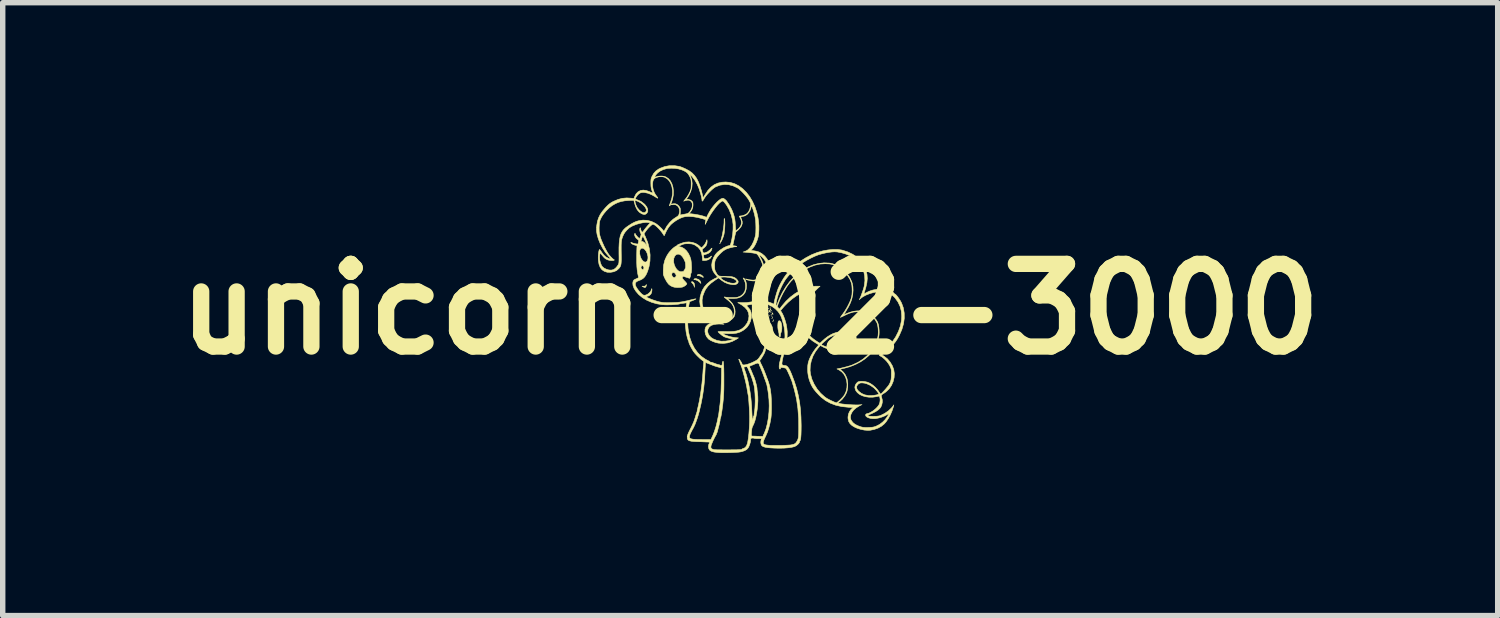
<source format=kicad_pcb>
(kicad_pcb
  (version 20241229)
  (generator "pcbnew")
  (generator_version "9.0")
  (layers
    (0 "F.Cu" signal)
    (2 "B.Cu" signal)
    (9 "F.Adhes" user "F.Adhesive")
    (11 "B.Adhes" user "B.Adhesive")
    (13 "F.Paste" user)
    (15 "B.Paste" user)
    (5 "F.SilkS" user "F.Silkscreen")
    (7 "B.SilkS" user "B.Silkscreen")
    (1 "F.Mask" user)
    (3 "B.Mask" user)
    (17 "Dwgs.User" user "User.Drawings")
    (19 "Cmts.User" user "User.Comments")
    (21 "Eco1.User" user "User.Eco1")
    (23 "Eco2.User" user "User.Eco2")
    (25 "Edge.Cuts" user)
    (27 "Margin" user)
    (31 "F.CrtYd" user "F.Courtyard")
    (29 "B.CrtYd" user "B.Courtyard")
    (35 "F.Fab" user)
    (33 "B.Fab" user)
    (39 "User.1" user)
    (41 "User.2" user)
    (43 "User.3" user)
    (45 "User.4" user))
  (footprint "unicorn-02-3000"
    (layer "F.Cu")
    (at 10.784 2.651)
    (property "Reference" "unicorn-02-3000" (at 0 0 0) (layer "F.SilkS") (effects (font (size 1.524 1.524) (thickness 0.3))))
    (attr through_hole)
    (fp_poly (pts (xy 0.347 -0.013) (xy 0.343 -0.008) (xy 0.339 -0.013) (xy 0.343 -0.017) (xy 0.347 -0.013)) (stroke (width 0.01) (type solid)) (fill yes) (layer "F.SilkS"))
    (fp_poly (pts (xy 0.347 0.064) (xy 0.343 0.068) (xy 0.339 0.064) (xy 0.343 0.059) (xy 0.347 0.064)) (stroke (width 0.01) (type solid)) (fill yes) (layer "F.SilkS"))
    (fp_poly (pts (xy 0.364 0.123) (xy 0.36 0.127) (xy 0.356 0.123) (xy 0.36 0.119) (xy 0.364 0.123)) (stroke (width 0.01) (type solid)) (fill yes) (layer "F.SilkS"))
    (fp_poly (pts (xy 0.373 -0.038) (xy 0.368 -0.034) (xy 0.364 -0.038) (xy 0.368 -0.042) (xy 0.373 -0.038)) (stroke (width 0.01) (type solid)) (fill yes) (layer "F.SilkS"))
    (fp_poly (pts (xy 0.406 0.055) (xy 0.402 0.059) (xy 0.398 0.055) (xy 0.402 0.051) (xy 0.406 0.055)) (stroke (width 0.01) (type solid)) (fill yes) (layer "F.SilkS"))
    (fp_poly (pts (xy 0.406 0.131) (xy 0.402 0.135) (xy 0.398 0.131) (xy 0.402 0.127) (xy 0.406 0.131)) (stroke (width 0.01) (type solid)) (fill yes) (layer "F.SilkS"))
    (fp_poly (pts (xy 0.406 0.174) (xy 0.402 0.178) (xy 0.398 0.174) (xy 0.402 0.169) (xy 0.406 0.174)) (stroke (width 0.01) (type solid)) (fill yes) (layer "F.SilkS"))
    (fp_poly (pts (xy 0.415 0.157) (xy 0.411 0.161) (xy 0.406 0.157) (xy 0.411 0.152) (xy 0.415 0.157)) (stroke (width 0.01) (type solid)) (fill yes) (layer "F.SilkS"))
    (fp_poly (pts (xy 0.423 0.224) (xy 0.419 0.229) (xy 0.415 0.224) (xy 0.419 0.22) (xy 0.423 0.224)) (stroke (width 0.01) (type solid)) (fill yes) (layer "F.SilkS"))
    (fp_poly (pts (xy -0.553 -1.216) (xy -0.554 -1.211) (xy -0.559 -1.211) (xy -0.566 -1.214) (xy -0.564 -1.216) (xy -0.554 -1.217) (xy -0.553 -1.216)) (stroke (width 0.01) (type solid)) (fill yes) (layer "F.SilkS"))
    (fp_poly (pts (xy 0.378 0.045) (xy 0.379 0.055) (xy 0.378 0.056) (xy 0.373 0.055) (xy 0.373 0.051) (xy 0.376 0.044) (xy 0.378 0.045)) (stroke (width 0.01) (type solid)) (fill yes) (layer "F.SilkS"))
    (fp_poly (pts (xy 0.387 0.02) (xy 0.388 0.03) (xy 0.387 0.031) (xy 0.382 0.03) (xy 0.381 0.025) (xy 0.384 0.018) (xy 0.387 0.02)) (stroke (width 0.01) (type solid)) (fill yes) (layer "F.SilkS"))
    (fp_poly (pts (xy 0.395 0.104) (xy 0.394 0.109) (xy 0.389 0.11) (xy 0.382 0.107) (xy 0.384 0.104) (xy 0.394 0.103) (xy 0.395 0.104)) (stroke (width 0.01) (type solid)) (fill yes) (layer "F.SilkS"))
    (fp_poly (pts (xy 0.429 0.198) (xy 0.43 0.208) (xy 0.429 0.209) (xy 0.424 0.208) (xy 0.423 0.203) (xy 0.426 0.196) (xy 0.429 0.198)) (stroke (width 0.01) (type solid)) (fill yes) (layer "F.SilkS"))
    (fp_poly (pts (xy 0.414 0.075) (xy 0.418 0.082) (xy 0.422 0.096) (xy 0.416 0.096) (xy 0.409 0.088) (xy 0.403 0.077) (xy 0.406 0.072) (xy 0.414 0.075)) (stroke (width 0.01) (type solid)) (fill yes) (layer "F.SilkS"))
    (fp_poly (pts (xy 0.381 -0.002) (xy 0.381 0) (xy 0.375 0.008) (xy 0.373 0.008) (xy 0.364 0.002) (xy 0.364 0) (xy 0.371 -0.008) (xy 0.373 -0.008) (xy 0.381 -0.002)) (stroke (width 0.01) (type solid)) (fill yes) (layer "F.SilkS"))
    (fp_poly (pts (xy 0.363 0.024) (xy 0.363 0.027) (xy 0.36 0.042) (xy 0.351 0.048) (xy 0.343 0.042) (xy 0.341 0.03) (xy 0.342 0.028) (xy 0.347 0.03) (xy 0.348 0.035) (xy 0.351 0.038) (xy 0.356 0.03) (xy 0.361 0.019) (xy 0.363 0.024)) (stroke (width 0.01) (type solid)) (fill yes) (layer "F.SilkS"))
    (fp_poly (pts (xy -1.06 -0.504) (xy -1.041 -0.49) (xy -1.029 -0.465) (xy -1.026 -0.433) (xy -1.026 -0.431) (xy -1.029 -0.402) (xy -1.036 -0.429) (xy -1.047 -0.454) (xy -1.066 -0.476) (xy -1.067 -0.478) (xy -1.082 -0.494) (xy -1.083 -0.504) (xy -1.07 -0.507) (xy -1.06 -0.504)) (stroke (width 0.01) (type solid)) (fill yes) (layer "F.SilkS"))
    (fp_poly (pts (xy -1.914 -0.451) (xy -1.914 -0.446) (xy -1.918 -0.425) (xy -1.927 -0.407) (xy -1.94 -0.398) (xy -1.941 -0.398) (xy -1.956 -0.402) (xy -1.973 -0.411) (xy -1.994 -0.423) (xy -1.962 -0.423) (xy -1.939 -0.426) (xy -1.926 -0.435) (xy -1.922 -0.442) (xy -1.917 -0.454) (xy -1.914 -0.451)) (stroke (width 0.01) (type solid)) (fill yes) (layer "F.SilkS"))
    (fp_poly (pts (xy -0.928 -0.641) (xy -0.901 -0.629) (xy -0.89 -0.622) (xy -0.869 -0.601) (xy -0.862 -0.589) (xy -0.869 -0.586) (xy -0.888 -0.594) (xy -0.902 -0.602) (xy -0.928 -0.613) (xy -0.956 -0.618) (xy -0.974 -0.619) (xy -0.978 -0.624) (xy -0.974 -0.631) (xy -0.954 -0.642) (xy -0.928 -0.641)) (stroke (width 0.01) (type solid)) (fill yes) (layer "F.SilkS"))
    (fp_poly (pts (xy -0.985 -0.559) (xy -0.95 -0.546) (xy -0.928 -0.528) (xy -0.915 -0.502) (xy -0.915 -0.5) (xy -0.91 -0.483) (xy -0.909 -0.474) (xy -0.909 -0.474) (xy -0.916 -0.48) (xy -0.929 -0.493) (xy -0.932 -0.496) (xy -0.966 -0.524) (xy -1.003 -0.54) (xy -1.022 -0.542) (xy -1.037 -0.543) (xy -1.038 -0.548) (xy -1.032 -0.555) (xy -1.02 -0.563) (xy -1.004 -0.564) (xy -0.985 -0.559)) (stroke (width 0.01) (type solid)) (fill yes) (layer "F.SilkS"))
    (fp_poly (pts (xy -0.475 -1.668) (xy -0.472 -1.659) (xy -0.469 -1.635) (xy -0.467 -1.598) (xy -0.467 -1.553) (xy -0.469 -1.504) (xy -0.473 -1.455) (xy -0.478 -1.411) (xy -0.484 -1.376) (xy -0.486 -1.369) (xy -0.496 -1.337) (xy -0.509 -1.303) (xy -0.523 -1.271) (xy -0.537 -1.246) (xy -0.547 -1.231) (xy -0.552 -1.228) (xy -0.555 -1.234) (xy -0.552 -1.242) (xy -0.539 -1.274) (xy -0.527 -1.318) (xy -0.514 -1.371) (xy -0.503 -1.43) (xy -0.493 -1.489) (xy -0.486 -1.546) (xy -0.482 -1.597) (xy -0.482 -1.613) (xy -0.481 -1.648) (xy -0.48 -1.667) (xy -0.478 -1.674) (xy -0.475 -1.668)) (stroke (width 0.01) (type solid)) (fill yes) (layer "F.SilkS"))
    (fp_poly (pts (xy 0.362 0.257) (xy 0.376 0.268) (xy 0.39 0.29) (xy 0.399 0.309) (xy 0.412 0.347) (xy 0.418 0.393) (xy 0.42 0.421) (xy 0.422 0.455) (xy 0.424 0.481) (xy 0.426 0.497) (xy 0.427 0.499) (xy 0.428 0.514) (xy 0.42 0.53) (xy 0.412 0.536) (xy 0.405 0.534) (xy 0.405 0.517) (xy 0.405 0.515) (xy 0.404 0.493) (xy 0.39 0.477) (xy 0.39 0.477) (xy 0.369 0.454) (xy 0.352 0.417) (xy 0.339 0.37) (xy 0.332 0.32) (xy 0.33 0.287) (xy 0.331 0.267) (xy 0.334 0.257) (xy 0.34 0.254) (xy 0.344 0.254) (xy 0.362 0.257)) (stroke (width 0.01) (type solid)) (fill yes) (layer "F.SilkS"))
    (fp_poly (pts (xy 0.554 0.222) (xy 0.568 0.245) (xy 0.572 0.255) (xy 0.579 0.284) (xy 0.583 0.32) (xy 0.583 0.359) (xy 0.58 0.394) (xy 0.573 0.419) (xy 0.572 0.423) (xy 0.563 0.446) (xy 0.559 0.474) (xy 0.559 0.476) (xy 0.558 0.498) (xy 0.552 0.506) (xy 0.539 0.504) (xy 0.537 0.503) (xy 0.532 0.493) (xy 0.532 0.475) (xy 0.531 0.452) (xy 0.525 0.423) (xy 0.521 0.406) (xy 0.514 0.376) (xy 0.51 0.34) (xy 0.509 0.301) (xy 0.511 0.265) (xy 0.515 0.236) (xy 0.523 0.219) (xy 0.523 0.219) (xy 0.538 0.213) (xy 0.554 0.222)) (stroke (width 0.01) (type solid)) (fill yes) (layer "F.SilkS"))
    (fp_poly (pts (xy -0.794 -1.25) (xy -0.798 -1.208) (xy -0.815 -1.168) (xy -0.846 -1.135) (xy -0.854 -1.128) (xy -0.873 -1.114) (xy -0.882 -1.102) (xy -0.882 -1.086) (xy -0.874 -1.061) (xy -0.871 -1.052) (xy -0.863 -1.038) (xy -0.848 -1.037) (xy -0.84 -1.038) (xy -0.786 -1.058) (xy -0.741 -1.093) (xy -0.733 -1.102) (xy -0.714 -1.121) (xy -0.705 -1.125) (xy -0.705 -1.116) (xy -0.713 -1.092) (xy -0.714 -1.089) (xy -0.738 -1.054) (xy -0.775 -1.027) (xy -0.816 -1.012) (xy -0.86 -0.999) (xy -0.857 -0.965) (xy -0.853 -0.943) (xy -0.847 -0.934) (xy -0.831 -0.931) (xy -0.825 -0.931) (xy -0.778 -0.939) (xy -0.738 -0.961) (xy -0.73 -0.968) (xy -0.717 -0.979) (xy -0.713 -0.979) (xy -0.716 -0.969) (xy -0.737 -0.936) (xy -0.77 -0.912) (xy -0.813 -0.9) (xy -0.841 -0.897) (xy -0.878 -0.897) (xy -0.883 -0.961) (xy -0.896 -1.032) (xy -0.921 -1.091) (xy -0.96 -1.14) (xy -1.011 -1.177) (xy -1.033 -1.189) (xy -1.058 -1.198) (xy -1.086 -1.204) (xy -1.122 -1.206) (xy -1.147 -1.206) (xy -1.187 -1.206) (xy -1.215 -1.203) (xy -1.24 -1.196) (xy -1.267 -1.185) (xy -1.278 -1.18) (xy -1.306 -1.166) (xy -1.319 -1.158) (xy -1.32 -1.154) (xy -1.31 -1.152) (xy -1.265 -1.143) (xy -1.22 -1.118) (xy -1.179 -1.081) (xy -1.143 -1.033) (xy -1.114 -0.976) (xy -1.096 -0.923) (xy -1.09 -0.892) (xy -1.086 -0.853) (xy -1.083 -0.81) (xy -1.081 -0.767) (xy -1.082 -0.726) (xy -1.084 -0.693) (xy -1.088 -0.669) (xy -1.092 -0.66) (xy -1.099 -0.648) (xy -1.098 -0.64) (xy -1.098 -0.624) (xy -1.104 -0.602) (xy -1.105 -0.598) (xy -1.117 -0.569) (xy -1.17 -0.585) (xy -1.197 -0.594) (xy -1.218 -0.602) (xy -1.226 -0.606) (xy -1.235 -0.605) (xy -1.246 -0.595) (xy -1.253 -0.581) (xy -1.253 -0.576) (xy -1.247 -0.564) (xy -1.232 -0.544) (xy -1.211 -0.521) (xy -1.211 -0.521) (xy -1.19 -0.499) (xy -1.175 -0.48) (xy -1.168 -0.47) (xy -1.168 -0.47) (xy -1.175 -0.455) (xy -1.194 -0.437) (xy -1.218 -0.421) (xy -1.244 -0.409) (xy -1.249 -0.407) (xy -1.295 -0.4) (xy -1.348 -0.399) (xy -1.399 -0.405) (xy -1.434 -0.415) (xy -1.472 -0.434) (xy -1.504 -0.46) (xy -1.533 -0.497) (xy -1.562 -0.547) (xy -1.568 -0.558) (xy -1.584 -0.591) (xy -1.594 -0.616) (xy -1.598 -0.632) (xy -1.447 -0.632) (xy -1.439 -0.609) (xy -1.425 -0.593) (xy -1.408 -0.582) (xy -1.396 -0.581) (xy -1.385 -0.587) (xy -1.37 -0.603) (xy -1.365 -0.615) (xy -1.369 -0.634) (xy -1.381 -0.655) (xy -1.398 -0.671) (xy -1.413 -0.677) (xy -1.434 -0.671) (xy -1.445 -0.654) (xy -1.447 -0.632) (xy -1.598 -0.632) (xy -1.6 -0.638) (xy -1.603 -0.663) (xy -1.603 -0.696) (xy -1.603 -0.72) (xy -1.597 -0.811) (xy -1.577 -0.894) (xy -1.57 -0.911) (xy -1.412 -0.911) (xy -1.411 -0.864) (xy -1.4 -0.817) (xy -1.381 -0.774) (xy -1.357 -0.737) (xy -1.328 -0.709) (xy -1.298 -0.692) (xy -1.266 -0.69) (xy -1.266 -0.69) (xy -1.244 -0.694) (xy -1.23 -0.696) (xy -1.223 -0.701) (xy -1.224 -0.703) (xy -1.221 -0.713) (xy -1.215 -0.72) (xy -1.204 -0.734) (xy -1.202 -0.742) (xy -1.199 -0.752) (xy -1.196 -0.754) (xy -1.193 -0.761) (xy -1.191 -0.78) (xy -1.191 -0.806) (xy -1.193 -0.833) (xy -1.196 -0.857) (xy -1.198 -0.868) (xy -1.222 -0.922) (xy -1.249 -0.966) (xy -1.278 -0.996) (xy -1.308 -1.012) (xy -1.309 -1.013) (xy -1.343 -1.014) (xy -1.372 -1) (xy -1.394 -0.973) (xy -1.409 -0.934) (xy -1.412 -0.911) (xy -1.57 -0.911) (xy -1.544 -0.971) (xy -1.512 -1.024) (xy -1.488 -1.056) (xy -1.458 -1.089) (xy -1.427 -1.12) (xy -1.397 -1.144) (xy -1.373 -1.159) (xy -1.372 -1.16) (xy -1.354 -1.169) (xy -1.346 -1.176) (xy -1.346 -1.177) (xy -1.339 -1.185) (xy -1.319 -1.195) (xy -1.29 -1.207) (xy -1.257 -1.219) (xy -1.224 -1.229) (xy -1.194 -1.236) (xy -1.129 -1.24) (xy -1.065 -1.231) (xy -1.005 -1.211) (xy -0.954 -1.18) (xy -0.93 -1.159) (xy -0.913 -1.143) (xy -0.901 -1.135) (xy -0.9 -1.135) (xy -0.887 -1.141) (xy -0.868 -1.159) (xy -0.848 -1.183) (xy -0.83 -1.209) (xy -0.816 -1.235) (xy -0.814 -1.24) (xy -0.798 -1.281) (xy -0.794 -1.25)) (stroke (width 0.01) (type solid)) (fill yes) (layer "F.SilkS"))
    (fp_poly (pts (xy -1.304 -2.632) (xy -1.28 -2.624) (xy -1.246 -2.611) (xy -1.208 -2.594) (xy -1.186 -2.584) (xy -1.125 -2.551) (xy -1.073 -2.513) (xy -1.029 -2.468) (xy -0.991 -2.416) (xy -0.958 -2.352) (xy -0.928 -2.277) (xy -0.901 -2.188) (xy -0.89 -2.145) (xy -0.867 -2.053) (xy -0.829 -2.116) (xy -0.779 -2.191) (xy -0.724 -2.25) (xy -0.664 -2.294) (xy -0.598 -2.324) (xy -0.523 -2.341) (xy -0.451 -2.345) (xy -0.367 -2.337) (xy -0.287 -2.313) (xy -0.211 -2.274) (xy -0.139 -2.221) (xy -0.072 -2.155) (xy -0.012 -2.078) (xy 0.041 -1.989) (xy 0.086 -1.89) (xy 0.122 -1.783) (xy 0.143 -1.691) (xy 0.154 -1.618) (xy 0.16 -1.54) (xy 0.16 -1.462) (xy 0.156 -1.39) (xy 0.148 -1.336) (xy 0.133 -1.283) (xy 0.112 -1.228) (xy 0.086 -1.176) (xy 0.058 -1.132) (xy 0.045 -1.117) (xy 0.016 -1.085) (xy 0.046 -1.08) (xy 0.077 -1.075) (xy 0.107 -1.07) (xy 0.162 -1.054) (xy 0.216 -1.023) (xy 0.266 -0.981) (xy 0.307 -0.931) (xy 0.338 -0.875) (xy 0.342 -0.865) (xy 0.37 -0.773) (xy 0.385 -0.675) (xy 0.388 -0.574) (xy 0.379 -0.476) (xy 0.358 -0.385) (xy 0.356 -0.381) (xy 0.336 -0.325) (xy 0.315 -0.281) (xy 0.29 -0.243) (xy 0.257 -0.204) (xy 0.251 -0.197) (xy 0.233 -0.175) (xy 0.225 -0.162) (xy 0.226 -0.154) (xy 0.229 -0.152) (xy 0.247 -0.147) (xy 0.254 -0.148) (xy 0.27 -0.148) (xy 0.296 -0.143) (xy 0.328 -0.135) (xy 0.361 -0.124) (xy 0.391 -0.113) (xy 0.404 -0.107) (xy 0.423 -0.098) (xy 0.434 -0.093) (xy 0.434 -0.093) (xy 0.438 -0.101) (xy 0.442 -0.12) (xy 0.443 -0.129) (xy 0.449 -0.158) (xy 0.459 -0.198) (xy 0.472 -0.245) (xy 0.486 -0.294) (xy 0.501 -0.339) (xy 0.514 -0.377) (xy 0.516 -0.381) (xy 0.544 -0.443) (xy 0.58 -0.51) (xy 0.62 -0.576) (xy 0.661 -0.634) (xy 0.735 -0.721) (xy 0.822 -0.803) (xy 0.92 -0.88) (xy 1.025 -0.947) (xy 1.133 -1.004) (xy 1.239 -1.046) (xy 1.337 -1.074) (xy 1.434 -1.092) (xy 1.527 -1.101) (xy 1.613 -1.101) (xy 1.689 -1.09) (xy 1.698 -1.088) (xy 1.8 -1.055) (xy 1.892 -1.011) (xy 1.971 -0.957) (xy 2.037 -0.893) (xy 2.089 -0.819) (xy 2.108 -0.784) (xy 2.137 -0.711) (xy 2.154 -0.64) (xy 2.159 -0.567) (xy 2.152 -0.489) (xy 2.133 -0.403) (xy 2.118 -0.353) (xy 2.108 -0.321) (xy 2.101 -0.296) (xy 2.097 -0.282) (xy 2.097 -0.279) (xy 2.105 -0.283) (xy 2.123 -0.294) (xy 2.14 -0.304) (xy 2.196 -0.331) (xy 2.263 -0.353) (xy 2.334 -0.366) (xy 2.405 -0.372) (xy 2.471 -0.369) (xy 2.519 -0.36) (xy 2.56 -0.346) (xy 2.598 -0.331) (xy 2.628 -0.314) (xy 2.648 -0.3) (xy 2.653 -0.292) (xy 2.663 -0.281) (xy 2.669 -0.279) (xy 2.681 -0.272) (xy 2.699 -0.253) (xy 2.721 -0.225) (xy 2.744 -0.193) (xy 2.767 -0.157) (xy 2.786 -0.123) (xy 2.792 -0.111) (xy 2.824 -0.023) (xy 2.84 0.071) (xy 2.841 0.169) (xy 2.827 0.27) (xy 2.797 0.374) (xy 2.752 0.478) (xy 2.718 0.542) (xy 2.68 0.6) (xy 2.636 0.655) (xy 2.584 0.71) (xy 2.522 0.767) (xy 2.456 0.821) (xy 2.429 0.843) (xy 2.468 0.867) (xy 2.529 0.915) (xy 2.58 0.975) (xy 2.621 1.044) (xy 2.647 1.113) (xy 2.658 1.186) (xy 2.654 1.261) (xy 2.636 1.335) (xy 2.606 1.405) (xy 2.563 1.468) (xy 2.528 1.503) (xy 2.503 1.525) (xy 2.482 1.541) (xy 2.47 1.549) (xy 2.468 1.55) (xy 2.457 1.555) (xy 2.439 1.568) (xy 2.436 1.571) (xy 2.422 1.584) (xy 2.417 1.595) (xy 2.419 1.61) (xy 2.425 1.63) (xy 2.436 1.675) (xy 2.436 1.718) (xy 2.426 1.766) (xy 2.411 1.801) (xy 2.389 1.832) (xy 2.356 1.861) (xy 2.312 1.89) (xy 2.254 1.919) (xy 2.189 1.947) (xy 2.172 1.956) (xy 2.17 1.964) (xy 2.185 1.971) (xy 2.214 1.975) (xy 2.258 1.976) (xy 2.276 1.976) (xy 2.322 1.975) (xy 2.356 1.972) (xy 2.384 1.967) (xy 2.41 1.958) (xy 2.411 1.957) (xy 2.483 1.921) (xy 2.55 1.874) (xy 2.607 1.82) (xy 2.631 1.791) (xy 2.649 1.765) (xy 2.638 1.808) (xy 2.615 1.877) (xy 2.584 1.948) (xy 2.547 2.016) (xy 2.507 2.076) (xy 2.473 2.115) (xy 2.421 2.158) (xy 2.358 2.193) (xy 2.287 2.218) (xy 2.213 2.233) (xy 2.168 2.235) (xy 2.105 2.23) (xy 2.036 2.216) (xy 1.97 2.195) (xy 1.933 2.179) (xy 1.88 2.148) (xy 1.842 2.113) (xy 1.817 2.073) (xy 1.805 2.025) (xy 1.803 1.991) (xy 1.811 1.937) (xy 1.832 1.887) (xy 1.863 1.845) (xy 1.873 1.837) (xy 1.899 1.815) (xy 1.809 1.809) (xy 1.687 1.796) (xy 1.577 1.771) (xy 1.478 1.734) (xy 1.389 1.685) (xy 1.308 1.623) (xy 1.263 1.579) (xy 1.214 1.526) (xy 1.176 1.479) (xy 1.146 1.434) (xy 1.121 1.386) (xy 1.099 1.331) (xy 1.088 1.3) (xy 1.072 1.239) (xy 1.062 1.171) (xy 1.059 1.101) (xy 1.062 1.035) (xy 1.071 0.982) (xy 1.091 0.923) (xy 1.121 0.859) (xy 1.159 0.794) (xy 1.201 0.734) (xy 1.238 0.69) (xy 1.253 0.673) (xy 1.261 0.661) (xy 1.261 0.659) (xy 1.255 0.652) (xy 1.253 0.651) (xy 1.312 0.651) (xy 1.319 0.659) (xy 1.338 0.67) (xy 1.372 0.683) (xy 1.421 0.701) (xy 1.431 0.704) (xy 1.463 0.714) (xy 1.49 0.721) (xy 1.516 0.725) (xy 1.546 0.726) (xy 1.587 0.725) (xy 1.604 0.725) (xy 1.66 0.722) (xy 1.702 0.717) (xy 1.737 0.71) (xy 1.757 0.703) (xy 1.814 0.678) (xy 1.86 0.647) (xy 1.894 0.612) (xy 1.915 0.574) (xy 1.922 0.536) (xy 1.913 0.498) (xy 1.91 0.493) (xy 1.889 0.469) (xy 1.853 0.45) (xy 1.807 0.439) (xy 1.753 0.435) (xy 1.693 0.439) (xy 1.659 0.444) (xy 1.623 0.453) (xy 1.581 0.467) (xy 1.537 0.484) (xy 1.496 0.503) (xy 1.461 0.52) (xy 1.439 0.535) (xy 1.437 0.537) (xy 1.426 0.546) (xy 1.406 0.564) (xy 1.38 0.586) (xy 1.369 0.595) (xy 1.344 0.618) (xy 1.324 0.637) (xy 1.314 0.649) (xy 1.312 0.651) (xy 1.253 0.651) (xy 1.237 0.64) (xy 1.216 0.628) (xy 1.144 0.581) (xy 1.077 0.524) (xy 1.018 0.462) (xy 0.969 0.397) (xy 0.935 0.331) (xy 0.935 0.33) (xy 0.918 0.274) (xy 0.908 0.208) (xy 0.906 0.138) (xy 0.912 0.071) (xy 0.918 0.04) (xy 0.95 -0.056) (xy 0.996 -0.15) (xy 1.056 -0.239) (xy 1.127 -0.32) (xy 1.154 -0.347) (xy 1.17 -0.365) (xy 1.175 -0.374) (xy 1.166 -0.376) (xy 1.144 -0.372) (xy 1.107 -0.363) (xy 1.088 -0.358) (xy 1.015 -0.334) (xy 0.936 -0.296) (xy 0.856 -0.248) (xy 0.777 -0.192) (xy 0.702 -0.128) (xy 0.634 -0.06) (xy 0.605 -0.027) (xy 0.559 0.028) (xy 0.575 0.05) (xy 0.597 0.088) (xy 0.619 0.138) (xy 0.64 0.195) (xy 0.657 0.253) (xy 0.664 0.279) (xy 0.676 0.348) (xy 0.683 0.416) (xy 0.682 0.486) (xy 0.676 0.561) (xy 0.662 0.645) (xy 0.642 0.739) (xy 0.626 0.801) (xy 0.609 0.87) (xy 0.596 0.925) (xy 0.589 0.966) (xy 0.585 0.996) (xy 0.586 1.015) (xy 0.591 1.027) (xy 0.594 1.029) (xy 0.606 1.034) (xy 0.626 1.038) (xy 0.653 1.04) (xy 0.673 1.048) (xy 0.694 1.067) (xy 0.716 1.099) (xy 0.74 1.145) (xy 0.764 1.202) (xy 0.814 1.334) (xy 0.855 1.46) (xy 0.886 1.586) (xy 0.91 1.714) (xy 0.927 1.847) (xy 0.936 1.99) (xy 0.94 2.144) (xy 0.94 2.161) (xy 0.939 2.243) (xy 0.937 2.312) (xy 0.933 2.365) (xy 0.927 2.403) (xy 0.921 2.424) (xy 0.914 2.43) (xy 0.91 2.436) (xy 0.911 2.441) (xy 0.908 2.456) (xy 0.895 2.476) (xy 0.874 2.498) (xy 0.848 2.518) (xy 0.822 2.532) (xy 0.815 2.535) (xy 0.763 2.548) (xy 0.696 2.557) (xy 0.617 2.563) (xy 0.528 2.564) (xy 0.462 2.563) (xy 0.386 2.559) (xy 0.326 2.554) (xy 0.28 2.547) (xy 0.246 2.537) (xy 0.223 2.525) (xy 0.21 2.513) (xy 0.199 2.487) (xy 0.195 2.452) (xy 0.2 2.417) (xy 0.203 2.409) (xy 0.203 2.409) (xy 0.237 2.409) (xy 0.241 2.413) (xy 0.246 2.409) (xy 0.241 2.405) (xy 0.237 2.409) (xy 0.203 2.409) (xy 0.211 2.388) (xy 0.146 2.387) (xy 0.113 2.387) (xy 0.086 2.384) (xy 0.071 2.381) (xy 0.07 2.38) (xy 0.054 2.377) (xy 0.034 2.377) (xy 0.016 2.382) (xy 0.009 2.394) (xy 0.008 2.408) (xy 0.004 2.448) (xy -0.009 2.494) (xy -0.026 2.537) (xy -0.038 2.558) (xy -0.064 2.587) (xy -0.101 2.609) (xy -0.151 2.626) (xy -0.184 2.633) (xy -0.213 2.637) (xy -0.255 2.64) (xy -0.307 2.643) (xy -0.365 2.645) (xy -0.425 2.646) (xy -0.484 2.646) (xy -0.538 2.646) (xy -0.583 2.644) (xy -0.61 2.642) (xy -0.665 2.635) (xy -0.706 2.624) (xy -0.734 2.611) (xy -0.753 2.593) (xy -0.766 2.565) (xy -0.77 2.53) (xy -0.764 2.496) (xy -0.758 2.481) (xy -0.749 2.464) (xy -0.745 2.454) (xy -0.753 2.452) (xy -0.776 2.45) (xy -0.81 2.449) (xy -0.854 2.447) (xy -0.904 2.445) (xy -0.917 2.445) (xy -0.988 2.443) (xy -1.045 2.44) (xy -1.088 2.435) (xy -1.12 2.427) (xy -1.141 2.417) (xy -1.154 2.402) (xy -1.16 2.382) (xy -1.161 2.357) (xy -1.161 2.346) (xy -1.121 2.346) (xy -1.12 2.364) (xy -1.119 2.367) (xy -1.112 2.378) (xy -1.1 2.387) (xy -1.081 2.393) (xy -1.054 2.398) (xy -1.017 2.401) (xy -0.967 2.403) (xy -0.902 2.403) (xy -0.889 2.404) (xy -0.724 2.404) (xy -0.688 2.326) (xy -0.659 2.252) (xy -0.632 2.167) (xy -0.609 2.076) (xy -0.601 2.036) (xy -0.595 2.007) (xy -0.59 1.983) (xy -0.587 1.973) (xy -0.583 1.955) (xy -0.58 1.935) (xy -0.578 1.918) (xy -0.574 1.888) (xy -0.569 1.848) (xy -0.564 1.801) (xy -0.559 1.77) (xy -0.553 1.718) (xy -0.548 1.667) (xy -0.544 1.612) (xy -0.54 1.552) (xy -0.537 1.485) (xy -0.535 1.407) (xy -0.532 1.317) (xy -0.53 1.225) (xy -0.528 1.084) (xy -0.562 1.075) (xy -0.613 1.061) (xy -0.653 1.049) (xy -0.673 1.042) (xy -0.689 1.036) (xy -0.715 1.025) (xy -0.747 1.013) (xy -0.753 1.011) (xy -0.784 0.999) (xy -0.807 0.99) (xy -0.821 0.985) (xy -0.822 0.984) (xy -0.824 0.991) (xy -0.826 1.013) (xy -0.828 1.046) (xy -0.831 1.089) (xy -0.833 1.136) (xy -0.841 1.296) (xy -0.856 1.446) (xy -0.877 1.593) (xy -0.906 1.743) (xy -0.941 1.892) (xy -0.957 1.951) (xy -0.976 2.012) (xy -0.997 2.071) (xy -1.017 2.124) (xy -1.037 2.167) (xy -1.045 2.184) (xy -1.077 2.242) (xy -1.1 2.287) (xy -1.114 2.321) (xy -1.121 2.346) (xy -1.161 2.346) (xy -1.161 2.345) (xy -1.156 2.326) (xy -1.144 2.294) (xy -1.126 2.254) (xy -1.103 2.208) (xy -1.1 2.203) (xy -1.068 2.138) (xy -1.04 2.074) (xy -1.02 2.016) (xy -1.016 2.004) (xy -1.005 1.967) (xy -0.995 1.935) (xy -0.988 1.913) (xy -0.985 1.905) (xy -0.979 1.886) (xy -0.978 1.875) (xy -0.975 1.859) (xy -0.969 1.832) (xy -0.961 1.798) (xy -0.958 1.786) (xy -0.939 1.697) (xy -0.923 1.609) (xy -0.914 1.609) (xy -0.911 1.616) (xy -0.909 1.614) (xy -0.908 1.604) (xy -0.909 1.603) (xy -0.914 1.604) (xy -0.914 1.609) (xy -0.923 1.609) (xy -0.921 1.596) (xy -0.905 1.486) (xy -0.89 1.372) (xy -0.879 1.257) (xy -0.872 1.174) (xy -0.869 1.125) (xy -0.865 1.079) (xy -0.862 1.039) (xy -0.859 1.01) (xy -0.859 1.003) (xy -0.856 0.978) (xy -0.859 0.963) (xy -0.869 0.953) (xy -0.882 0.945) (xy -0.899 0.932) (xy -0.925 0.91) (xy -0.954 0.882) (xy -0.978 0.859) (xy -1.017 0.817) (xy -1.048 0.777) (xy -1.075 0.732) (xy -1.091 0.704) (xy -1.108 0.669) (xy -1.122 0.64) (xy -1.13 0.62) (xy -1.131 0.612) (xy -1.131 0.602) (xy -1.133 0.598) (xy -1.142 0.581) (xy -1.151 0.552) (xy -1.162 0.516) (xy -1.171 0.476) (xy -1.179 0.438) (xy -1.184 0.406) (xy -1.185 0.398) (xy -1.186 0.384) (xy -1.189 0.358) (xy -1.193 0.325) (xy -1.194 0.313) (xy -1.198 0.262) (xy -1.199 0.199) (xy -1.197 0.129) (xy -1.193 0.056) (xy -1.185 -0.013) (xy -1.182 -0.042) (xy -1.177 -0.075) (xy -1.174 -0.1) (xy -1.172 -0.115) (xy -1.172 -0.116) (xy -1.181 -0.116) (xy -1.201 -0.113) (xy -1.222 -0.11) (xy -1.249 -0.106) (xy -1.27 -0.104) (xy -1.278 -0.105) (xy -1.287 -0.104) (xy -1.288 -0.102) (xy -1.298 -0.097) (xy -1.322 -0.092) (xy -1.357 -0.088) (xy -1.399 -0.084) (xy -1.447 -0.081) (xy -1.496 -0.08) (xy -1.545 -0.079) (xy -1.589 -0.081) (xy -1.624 -0.083) (xy -1.724 -0.099) (xy -1.819 -0.127) (xy -1.908 -0.165) (xy -1.986 -0.212) (xy -2.053 -0.267) (xy -2.059 -0.273) (xy -2.108 -0.33) (xy -2.142 -0.384) (xy -2.161 -0.435) (xy -2.164 -0.466) (xy -2.12 -0.466) (xy -2.115 -0.434) (xy -2.095 -0.395) (xy -2.061 -0.348) (xy -2.05 -0.334) (xy -2.018 -0.298) (xy -1.993 -0.274) (xy -1.971 -0.26) (xy -1.95 -0.256) (xy -1.927 -0.26) (xy -1.924 -0.261) (xy -1.892 -0.276) (xy -1.862 -0.3) (xy -1.837 -0.327) (xy -1.823 -0.355) (xy -1.822 -0.36) (xy -1.817 -0.377) (xy -1.814 -0.378) (xy -1.812 -0.363) (xy -1.812 -0.353) (xy -1.815 -0.322) (xy -1.824 -0.292) (xy -1.838 -0.271) (xy -1.857 -0.254) (xy -1.878 -0.242) (xy -1.896 -0.241) (xy -1.898 -0.242) (xy -1.904 -0.243) (xy -1.902 -0.238) (xy -1.902 -0.23) (xy -1.906 -0.229) (xy -1.913 -0.226) (xy -1.906 -0.219) (xy -1.887 -0.209) (xy -1.86 -0.197) (xy -1.827 -0.183) (xy -1.789 -0.169) (xy -1.751 -0.156) (xy -1.713 -0.144) (xy -1.678 -0.135) (xy -1.674 -0.134) (xy -1.642 -0.128) (xy -1.612 -0.123) (xy -1.581 -0.121) (xy -1.544 -0.12) (xy -1.498 -0.12) (xy -1.448 -0.121) (xy -1.393 -0.123) (xy -1.346 -0.125) (xy -1.303 -0.129) (xy -1.26 -0.135) (xy -1.214 -0.144) (xy -1.161 -0.155) (xy -1.096 -0.171) (xy -1.071 -0.177) (xy -1.04 -0.184) (xy -1.015 -0.189) (xy -1.001 -0.19) (xy -1 -0.19) (xy -1.005 -0.185) (xy -1.021 -0.176) (xy -1.043 -0.166) (xy -1.068 -0.156) (xy -1.09 -0.148) (xy -1.104 -0.144) (xy -1.105 -0.144) (xy -1.111 -0.143) (xy -1.116 -0.138) (xy -1.121 -0.126) (xy -1.125 -0.106) (xy -1.131 -0.074) (xy -1.138 -0.028) (xy -1.139 -0.025) (xy -1.147 0.041) (xy -1.151 0.118) (xy -1.153 0.2) (xy -1.151 0.28) (xy -1.146 0.355) (xy -1.139 0.411) (xy -1.114 0.524) (xy -1.077 0.628) (xy -1.029 0.72) (xy -0.97 0.801) (xy -0.902 0.87) (xy -0.824 0.925) (xy -0.78 0.948) (xy -0.756 0.96) (xy -0.741 0.971) (xy -0.737 0.976) (xy -0.731 0.98) (xy -0.729 0.978) (xy -0.718 0.979) (xy -0.696 0.985) (xy -0.666 0.996) (xy -0.658 0.999) (xy -0.626 1.011) (xy -0.598 1.02) (xy -0.58 1.024) (xy -0.578 1.024) (xy -0.56 1.029) (xy -0.553 1.034) (xy -0.54 1.038) (xy -0.525 1.033) (xy -0.516 1.023) (xy -0.516 1.019) (xy -0.516 1.006) (xy -0.513 0.985) (xy -0.512 0.983) (xy -0.506 0.964) (xy -0.499 0.962) (xy -0.498 0.963) (xy -0.495 0.975) (xy -0.492 1.001) (xy -0.489 1.04) (xy -0.487 1.09) (xy -0.486 1.147) (xy -0.485 1.211) (xy -0.485 1.278) (xy -0.485 1.347) (xy -0.485 1.415) (xy -0.486 1.481) (xy -0.488 1.541) (xy -0.491 1.594) (xy -0.493 1.639) (xy -0.494 1.645) (xy -0.5 1.701) (xy -0.506 1.76) (xy -0.514 1.818) (xy -0.521 1.872) (xy -0.529 1.922) (xy -0.536 1.963) (xy -0.543 1.995) (xy -0.548 2.014) (xy -0.552 2.019) (xy -0.555 2.022) (xy -0.554 2.033) (xy -0.555 2.048) (xy -0.56 2.075) (xy -0.568 2.111) (xy -0.577 2.149) (xy -0.588 2.19) (xy -0.597 2.225) (xy -0.604 2.253) (xy -0.608 2.267) (xy -0.614 2.282) (xy -0.62 2.286) (xy -0.624 2.291) (xy -0.622 2.295) (xy -0.623 2.306) (xy -0.632 2.324) (xy -0.634 2.327) (xy -0.647 2.349) (xy -0.664 2.382) (xy -0.683 2.421) (xy -0.7 2.46) (xy -0.714 2.495) (xy -0.721 2.514) (xy -0.726 2.545) (xy -0.719 2.566) (xy -0.698 2.581) (xy -0.667 2.59) (xy -0.649 2.591) (xy -0.617 2.593) (xy -0.573 2.594) (xy -0.522 2.594) (xy -0.465 2.595) (xy -0.406 2.595) (xy -0.348 2.594) (xy -0.293 2.594) (xy -0.244 2.593) (xy -0.204 2.591) (xy -0.177 2.589) (xy -0.171 2.589) (xy -0.157 2.585) (xy -0.152 2.581) (xy -0.145 2.575) (xy -0.128 2.57) (xy -0.095 2.554) (xy -0.07 2.524) (xy -0.052 2.479) (xy -0.047 2.459) (xy -0.034 2.382) (xy -0.024 2.292) (xy -0.017 2.194) (xy -0.012 2.09) (xy -0.011 1.985) (xy -0.014 1.883) (xy -0.017 1.82) (xy -0.021 1.768) (xy -0.024 1.72) (xy -0.027 1.68) (xy -0.029 1.649) (xy -0.03 1.634) (xy -0.032 1.61) (xy -0.036 1.592) (xy -0.036 1.592) (xy -0.039 1.578) (xy -0.044 1.552) (xy -0.049 1.519) (xy -0.051 1.511) (xy -0.063 1.44) (xy -0.08 1.359) (xy -0.101 1.272) (xy -0.124 1.185) (xy -0.128 1.173) (xy -0.138 1.135) (xy -0.147 1.103) (xy -0.154 1.08) (xy -0.156 1.071) (xy -0.117 1.071) (xy -0.116 1.08) (xy -0.11 1.1) (xy -0.099 1.127) (xy -0.099 1.128) (xy -0.071 1.21) (xy -0.045 1.306) (xy -0.022 1.413) (xy -0.002 1.528) (xy 0.014 1.649) (xy 0.025 1.773) (xy 0.031 1.894) (xy 0.034 1.956) (xy 0.037 2.001) (xy 0.04 2.03) (xy 0.044 2.041) (xy 0.048 2.037) (xy 0.053 2.015) (xy 0.056 2.002) (xy 0.06 1.98) (xy 0.067 1.966) (xy 0.069 1.964) (xy 0.074 1.959) (xy 0.073 1.957) (xy 0.072 1.946) (xy 0.074 1.923) (xy 0.078 1.891) (xy 0.082 1.871) (xy 0.087 1.823) (xy 0.09 1.764) (xy 0.092 1.697) (xy 0.091 1.627) (xy 0.088 1.559) (xy 0.083 1.495) (xy 0.077 1.442) (xy 0.072 1.414) (xy 0.055 1.348) (xy 0.034 1.28) (xy 0.011 1.216) (xy -0.003 1.182) (xy -0.018 1.148) (xy -0.033 1.112) (xy -0.039 1.098) (xy -0.049 1.074) (xy -0.051 1.071) (xy -0.013 1.071) (xy -0.01 1.075) (xy -0.004 1.083) (xy 0.006 1.102) (xy 0.018 1.13) (xy 0.021 1.137) (xy 0.037 1.176) (xy 0.054 1.217) (xy 0.068 1.249) (xy 0.08 1.279) (xy 0.092 1.317) (xy 0.104 1.36) (xy 0.115 1.402) (xy 0.123 1.439) (xy 0.126 1.465) (xy 0.126 1.469) (xy 0.127 1.485) (xy 0.13 1.513) (xy 0.135 1.546) (xy 0.136 1.554) (xy 0.141 1.616) (xy 0.142 1.686) (xy 0.138 1.763) (xy 0.13 1.842) (xy 0.118 1.92) (xy 0.104 1.994) (xy 0.087 2.06) (xy 0.067 2.115) (xy 0.051 2.148) (xy 0.038 2.176) (xy 0.03 2.206) (xy 0.03 2.208) (xy 0.024 2.262) (xy 0.021 2.303) (xy 0.022 2.328) (xy 0.026 2.338) (xy 0.037 2.34) (xy 0.061 2.341) (xy 0.096 2.342) (xy 0.133 2.344) (xy 0.233 2.346) (xy 0.247 2.316) (xy 0.254 2.316) (xy 0.258 2.32) (xy 0.262 2.316) (xy 0.258 2.311) (xy 0.254 2.316) (xy 0.247 2.316) (xy 0.26 2.289) (xy 0.291 2.207) (xy 0.316 2.112) (xy 0.334 2.008) (xy 0.346 1.897) (xy 0.35 1.782) (xy 0.346 1.667) (xy 0.334 1.554) (xy 0.326 1.499) (xy 0.319 1.462) (xy 0.314 1.432) (xy 0.31 1.411) (xy 0.309 1.405) (xy 0.305 1.388) (xy 0.295 1.359) (xy 0.282 1.32) (xy 0.274 1.3) (xy 0.305 1.3) (xy 0.309 1.304) (xy 0.313 1.3) (xy 0.309 1.295) (xy 0.305 1.3) (xy 0.274 1.3) (xy 0.265 1.274) (xy 0.288 1.274) (xy 0.292 1.278) (xy 0.296 1.274) (xy 0.292 1.27) (xy 0.288 1.274) (xy 0.265 1.274) (xy 0.265 1.274) (xy 0.247 1.225) (xy 0.229 1.176) (xy 0.211 1.13) (xy 0.194 1.089) (xy 0.181 1.058) (xy 0.173 1.041) (xy 0.166 1.024) (xy 0.166 1.016) (xy 0.167 1.016) (xy 0.166 1.012) (xy 0.155 1.003) (xy 0.146 0.997) (xy 0.137 0.995) (xy 0.125 0.997) (xy 0.106 1.003) (xy 0.077 1.015) (xy 0.053 1.026) (xy 0.03 1.035) (xy 0.013 1.041) (xy 0.009 1.041) (xy -0.001 1.048) (xy -0.008 1.058) (xy -0.013 1.071) (xy -0.051 1.071) (xy -0.058 1.063) (xy -0.069 1.061) (xy -0.085 1.063) (xy -0.105 1.067) (xy -0.117 1.071) (xy -0.117 1.071) (xy -0.156 1.071) (xy -0.156 1.071) (xy -0.16 1.058) (xy -0.162 1.054) (xy -0.11 1.054) (xy -0.106 1.058) (xy -0.102 1.054) (xy -0.106 1.05) (xy -0.11 1.054) (xy -0.162 1.054) (xy -0.169 1.037) (xy -0.172 1.029) (xy -0.183 1.003) (xy -0.191 0.978) (xy -0.192 0.974) (xy -0.199 0.954) (xy -0.205 0.942) (xy -0.211 0.927) (xy -0.21 0.922) (xy -0.204 0.923) (xy -0.194 0.935) (xy -0.18 0.954) (xy -0.167 0.974) (xy -0.157 0.993) (xy -0.152 1.005) (xy -0.152 1.005) (xy -0.147 1.017) (xy -0.14 1.025) (xy -0.123 1.029) (xy -0.094 1.027) (xy -0.056 1.018) (xy -0.012 1.004) (xy 0.035 0.985) (xy 0.068 0.969) (xy 0.103 0.951) (xy 0.128 0.935) (xy 0.147 0.918) (xy 0.165 0.895) (xy 0.182 0.871) (xy 0.201 0.843) (xy 0.217 0.82) (xy 0.227 0.806) (xy 0.229 0.804) (xy 0.234 0.793) (xy 0.235 0.792) (xy 0.238 0.78) (xy 0.246 0.757) (xy 0.256 0.728) (xy 0.257 0.724) (xy 0.27 0.684) (xy 0.282 0.638) (xy 0.291 0.597) (xy 0.303 0.529) (xy 0.304 0.601) (xy 0.3 0.669) (xy 0.287 0.736) (xy 0.268 0.797) (xy 0.253 0.827) (xy 0.224 0.878) (xy 0.201 0.914) (xy 0.185 0.935) (xy 0.179 0.943) (xy 0.177 0.952) (xy 0.18 0.965) (xy 0.189 0.986) (xy 0.204 1.018) (xy 0.209 1.026) (xy 0.231 1.073) (xy 0.255 1.128) (xy 0.281 1.193) (xy 0.31 1.271) (xy 0.336 1.342) (xy 0.357 1.412) (xy 0.373 1.488) (xy 0.384 1.574) (xy 0.39 1.671) (xy 0.392 1.77) (xy 0.392 1.843) (xy 0.39 1.909) (xy 0.387 1.963) (xy 0.383 2.004) (xy 0.382 2.011) (xy 0.365 2.103) (xy 0.343 2.189) (xy 0.319 2.265) (xy 0.292 2.327) (xy 0.292 2.328) (xy 0.266 2.382) (xy 0.249 2.423) (xy 0.241 2.453) (xy 0.241 2.474) (xy 0.246 2.485) (xy 0.262 2.495) (xy 0.288 2.503) (xy 0.325 2.508) (xy 0.374 2.512) (xy 0.437 2.513) (xy 0.516 2.513) (xy 0.554 2.513) (xy 0.63 2.511) (xy 0.692 2.508) (xy 0.74 2.505) (xy 0.777 2.499) (xy 0.806 2.49) (xy 0.828 2.479) (xy 0.844 2.463) (xy 0.858 2.443) (xy 0.872 2.418) (xy 0.874 2.413) (xy 0.88 2.398) (xy 0.885 2.381) (xy 0.889 2.36) (xy 0.891 2.333) (xy 0.893 2.295) (xy 0.894 2.245) (xy 0.895 2.214) (xy 0.893 2.017) (xy 0.879 1.831) (xy 0.854 1.656) (xy 0.816 1.493) (xy 0.808 1.465) (xy 0.797 1.424) (xy 0.787 1.39) (xy 0.779 1.364) (xy 0.775 1.351) (xy 0.775 1.35) (xy 0.768 1.326) (xy 0.755 1.294) (xy 0.739 1.255) (xy 0.722 1.215) (xy 0.71 1.19) (xy 0.72 1.19) (xy 0.724 1.194) (xy 0.728 1.19) (xy 0.724 1.185) (xy 0.72 1.19) (xy 0.71 1.19) (xy 0.704 1.175) (xy 0.687 1.14) (xy 0.672 1.112) (xy 0.662 1.095) (xy 0.658 1.091) (xy 0.641 1.085) (xy 0.615 1.08) (xy 0.601 1.078) (xy 0.576 1.076) (xy 0.563 1.077) (xy 0.559 1.084) (xy 0.559 1.091) (xy 0.555 1.104) (xy 0.546 1.104) (xy 0.537 1.092) (xy 0.534 1.067) (xy 0.535 1.033) (xy 0.541 0.993) (xy 0.547 0.969) (xy 0.572 0.87) (xy 0.594 0.785) (xy 0.61 0.713) (xy 0.623 0.65) (xy 0.633 0.595) (xy 0.638 0.547) (xy 0.641 0.502) (xy 0.64 0.46) (xy 0.637 0.417) (xy 0.631 0.372) (xy 0.626 0.334) (xy 0.616 0.288) (xy 0.602 0.236) (xy 0.587 0.185) (xy 0.57 0.139) (xy 0.555 0.107) (xy 0.515 0.046) (xy 0.463 -0.007) (xy 0.411 -0.044) (xy 0.499 -0.044) (xy 0.52 -0.023) (xy 0.541 -0.002) (xy 0.588 -0.063) (xy 0.661 -0.148) (xy 0.741 -0.223) (xy 0.828 -0.288) (xy 0.919 -0.342) (xy 1.013 -0.383) (xy 1.106 -0.41) (xy 1.198 -0.423) (xy 1.223 -0.423) (xy 1.288 -0.423) (xy 1.236 -0.375) (xy 1.16 -0.298) (xy 1.095 -0.216) (xy 1.041 -0.131) (xy 0.999 -0.045) (xy 0.969 0.04) (xy 0.954 0.122) (xy 0.953 0.2) (xy 0.956 0.228) (xy 0.974 0.297) (xy 1.006 0.367) (xy 1.05 0.434) (xy 1.102 0.494) (xy 1.131 0.521) (xy 1.159 0.544) (xy 1.19 0.567) (xy 1.222 0.589) (xy 1.25 0.608) (xy 1.272 0.621) (xy 1.284 0.627) (xy 1.284 0.627) (xy 1.294 0.621) (xy 1.311 0.606) (xy 1.325 0.592) (xy 1.374 0.548) (xy 1.429 0.506) (xy 1.487 0.471) (xy 1.531 0.449) (xy 1.592 0.429) (xy 1.657 0.415) (xy 1.722 0.408) (xy 1.784 0.408) (xy 1.839 0.415) (xy 1.883 0.429) (xy 1.885 0.43) (xy 1.923 0.458) (xy 1.947 0.492) (xy 1.955 0.532) (xy 1.949 0.575) (xy 1.928 0.618) (xy 1.916 0.633) (xy 1.865 0.681) (xy 1.804 0.718) (xy 1.733 0.742) (xy 1.651 0.755) (xy 1.587 0.757) (xy 1.507 0.751) (xy 1.434 0.735) (xy 1.364 0.707) (xy 1.332 0.691) (xy 1.295 0.67) (xy 1.263 0.704) (xy 1.205 0.78) (xy 1.159 0.862) (xy 1.127 0.95) (xy 1.108 1.04) (xy 1.104 1.13) (xy 1.112 1.199) (xy 1.138 1.293) (xy 1.179 1.384) (xy 1.233 1.471) (xy 1.298 1.549) (xy 1.372 1.616) (xy 1.401 1.637) (xy 1.425 1.652) (xy 1.457 1.669) (xy 1.493 1.687) (xy 1.529 1.703) (xy 1.56 1.717) (xy 1.584 1.725) (xy 1.593 1.727) (xy 1.601 1.722) (xy 1.618 1.707) (xy 1.642 1.686) (xy 1.658 1.672) (xy 1.687 1.643) (xy 1.715 1.612) (xy 1.735 1.586) (xy 1.74 1.578) (xy 1.768 1.516) (xy 1.783 1.451) (xy 1.786 1.384) (xy 1.778 1.318) (xy 1.759 1.257) (xy 1.729 1.202) (xy 1.689 1.157) (xy 1.643 1.124) (xy 1.599 1.102) (xy 1.631 1.096) (xy 1.673 1.088) (xy 1.724 1.076) (xy 1.778 1.062) (xy 1.83 1.047) (xy 1.873 1.033) (xy 1.887 1.027) (xy 1.989 0.98) (xy 2.081 0.921) (xy 2.162 0.853) (xy 2.232 0.777) (xy 2.288 0.694) (xy 2.329 0.606) (xy 2.35 0.537) (xy 2.359 0.483) (xy 2.362 0.423) (xy 2.36 0.362) (xy 2.352 0.306) (xy 2.34 0.259) (xy 2.334 0.246) (xy 2.297 0.185) (xy 2.245 0.132) (xy 2.179 0.087) (xy 2.138 0.066) (xy 2.116 0.057) (xy 2.093 0.052) (xy 2.066 0.049) (xy 2.029 0.047) (xy 2.002 0.047) (xy 1.952 0.049) (xy 1.909 0.053) (xy 1.868 0.063) (xy 1.824 0.078) (xy 1.774 0.099) (xy 1.734 0.119) (xy 1.703 0.134) (xy 1.679 0.145) (xy 1.665 0.152) (xy 1.663 0.152) (xy 1.667 0.146) (xy 1.678 0.129) (xy 1.696 0.104) (xy 1.715 0.079) (xy 1.75 0.027) (xy 1.785 -0.031) (xy 1.817 -0.092) (xy 1.844 -0.15) (xy 1.863 -0.202) (xy 1.867 -0.216) (xy 1.876 -0.263) (xy 1.88 -0.32) (xy 1.879 -0.38) (xy 1.875 -0.435) (xy 1.867 -0.478) (xy 1.843 -0.542) (xy 1.804 -0.606) (xy 1.749 -0.672) (xy 1.724 -0.699) (xy 1.662 -0.753) (xy 1.602 -0.792) (xy 1.537 -0.819) (xy 1.466 -0.834) (xy 1.384 -0.838) (xy 1.384 -0.838) (xy 1.289 -0.832) (xy 1.197 -0.812) (xy 1.105 -0.778) (xy 1.01 -0.73) (xy 0.96 -0.699) (xy 0.911 -0.663) (xy 0.858 -0.618) (xy 0.804 -0.567) (xy 0.753 -0.515) (xy 0.722 -0.478) (xy 0.684 -0.427) (xy 0.645 -0.364) (xy 0.605 -0.294) (xy 0.569 -0.222) (xy 0.537 -0.151) (xy 0.513 -0.088) (xy 0.513 -0.088) (xy 0.499 -0.044) (xy 0.411 -0.044) (xy 0.402 -0.051) (xy 0.351 -0.076) (xy 0.475 -0.076) (xy 0.478 -0.061) (xy 0.481 -0.059) (xy 0.488 -0.066) (xy 0.496 -0.084) (xy 0.498 -0.091) (xy 0.542 -0.203) (xy 0.596 -0.312) (xy 0.659 -0.415) (xy 0.729 -0.509) (xy 0.804 -0.592) (xy 0.864 -0.647) (xy 0.909 -0.683) (xy 0.947 -0.711) (xy 0.983 -0.734) (xy 1.02 -0.755) (xy 1.065 -0.777) (xy 1.067 -0.778) (xy 1.165 -0.818) (xy 1.264 -0.843) (xy 1.362 -0.854) (xy 1.457 -0.85) (xy 1.501 -0.843) (xy 1.58 -0.818) (xy 1.655 -0.778) (xy 1.724 -0.725) (xy 1.784 -0.661) (xy 1.834 -0.588) (xy 1.872 -0.508) (xy 1.884 -0.471) (xy 1.894 -0.414) (xy 1.897 -0.347) (xy 1.891 -0.277) (xy 1.878 -0.207) (xy 1.863 -0.157) (xy 1.848 -0.117) (xy 1.83 -0.078) (xy 1.814 -0.046) (xy 1.81 -0.038) (xy 1.792 -0.009) (xy 1.776 0.019) (xy 1.768 0.032) (xy 1.753 0.058) (xy 1.739 0.081) (xy 1.738 0.082) (xy 1.724 0.103) (xy 1.758 0.089) (xy 1.829 0.061) (xy 1.894 0.042) (xy 1.957 0.033) (xy 2.002 0.031) (xy 2.069 0.033) (xy 2.125 0.044) (xy 2.176 0.064) (xy 2.225 0.096) (xy 2.275 0.142) (xy 2.287 0.154) (xy 2.322 0.194) (xy 2.347 0.236) (xy 2.364 0.283) (xy 2.373 0.339) (xy 2.377 0.386) (xy 2.378 0.434) (xy 2.376 0.473) (xy 2.37 0.511) (xy 2.363 0.541) (xy 2.344 0.603) (xy 2.316 0.669) (xy 2.283 0.732) (xy 2.249 0.786) (xy 2.248 0.787) (xy 2.19 0.854) (xy 2.117 0.916) (xy 2.034 0.972) (xy 1.941 1.02) (xy 1.841 1.06) (xy 1.738 1.089) (xy 1.723 1.092) (xy 1.695 1.098) (xy 1.674 1.104) (xy 1.665 1.107) (xy 1.667 1.114) (xy 1.68 1.126) (xy 1.688 1.133) (xy 1.72 1.163) (xy 1.751 1.205) (xy 1.776 1.256) (xy 1.783 1.274) (xy 1.794 1.319) (xy 1.799 1.373) (xy 1.798 1.431) (xy 1.792 1.485) (xy 1.78 1.531) (xy 1.779 1.535) (xy 1.746 1.598) (xy 1.701 1.657) (xy 1.655 1.7) (xy 1.615 1.731) (xy 1.66 1.742) (xy 1.693 1.748) (xy 1.738 1.753) (xy 1.79 1.758) (xy 1.846 1.762) (xy 1.901 1.765) (xy 1.951 1.766) (xy 1.991 1.766) (xy 2.011 1.765) (xy 2.062 1.76) (xy 2.007 1.787) (xy 1.953 1.821) (xy 1.908 1.86) (xy 1.876 1.903) (xy 1.855 1.948) (xy 1.848 1.993) (xy 1.856 2.035) (xy 1.861 2.046) (xy 1.891 2.089) (xy 1.934 2.124) (xy 1.991 2.152) (xy 1.995 2.153) (xy 2.03 2.166) (xy 2.057 2.174) (xy 2.083 2.179) (xy 2.111 2.181) (xy 2.147 2.182) (xy 2.184 2.181) (xy 2.231 2.179) (xy 2.265 2.175) (xy 2.294 2.168) (xy 2.32 2.159) (xy 2.387 2.125) (xy 2.442 2.083) (xy 2.485 2.04) (xy 2.511 2.007) (xy 2.533 1.975) (xy 2.549 1.948) (xy 2.556 1.93) (xy 2.557 1.929) (xy 2.551 1.929) (xy 2.535 1.938) (xy 2.52 1.947) (xy 2.482 1.968) (xy 2.433 1.988) (xy 2.379 2.005) (xy 2.326 2.016) (xy 2.306 2.019) (xy 2.263 2.02) (xy 2.221 2.015) (xy 2.185 2.005) (xy 2.155 1.991) (xy 2.135 1.974) (xy 2.127 1.956) (xy 2.131 1.94) (xy 2.146 1.929) (xy 2.161 1.925) (xy 2.19 1.918) (xy 2.226 1.9) (xy 2.266 1.875) (xy 2.305 1.844) (xy 2.339 1.811) (xy 2.366 1.778) (xy 2.378 1.758) (xy 2.391 1.719) (xy 2.396 1.675) (xy 2.392 1.635) (xy 2.388 1.623) (xy 2.38 1.602) (xy 2.327 1.614) (xy 2.256 1.624) (xy 2.187 1.623) (xy 2.123 1.614) (xy 2.065 1.596) (xy 2.015 1.571) (xy 1.975 1.538) (xy 1.946 1.5) (xy 1.932 1.457) (xy 1.931 1.449) (xy 1.961 1.449) (xy 1.974 1.482) (xy 1.999 1.512) (xy 2.051 1.553) (xy 2.112 1.58) (xy 2.182 1.593) (xy 2.262 1.592) (xy 2.326 1.582) (xy 2.351 1.575) (xy 2.367 1.568) (xy 2.371 1.564) (xy 2.365 1.55) (xy 2.35 1.528) (xy 2.329 1.502) (xy 2.305 1.475) (xy 2.282 1.452) (xy 2.278 1.449) (xy 2.215 1.405) (xy 2.148 1.375) (xy 2.106 1.364) (xy 2.061 1.359) (xy 2.027 1.362) (xy 2 1.376) (xy 1.984 1.39) (xy 1.965 1.419) (xy 1.961 1.449) (xy 1.931 1.449) (xy 1.93 1.437) (xy 1.937 1.405) (xy 1.955 1.372) (xy 1.979 1.347) (xy 1.99 1.34) (xy 2.019 1.332) (xy 2.059 1.33) (xy 2.106 1.334) (xy 2.153 1.344) (xy 2.163 1.347) (xy 2.211 1.368) (xy 2.262 1.402) (xy 2.31 1.444) (xy 2.351 1.49) (xy 2.37 1.517) (xy 2.386 1.542) (xy 2.399 1.559) (xy 2.406 1.566) (xy 2.406 1.566) (xy 2.415 1.56) (xy 2.432 1.544) (xy 2.454 1.521) (xy 2.48 1.493) (xy 2.506 1.463) (xy 2.529 1.435) (xy 2.548 1.412) (xy 2.555 1.402) (xy 2.575 1.367) (xy 2.589 1.333) (xy 2.598 1.296) (xy 2.602 1.25) (xy 2.603 1.198) (xy 2.603 1.156) (xy 2.602 1.126) (xy 2.598 1.103) (xy 2.591 1.082) (xy 2.58 1.058) (xy 2.575 1.046) (xy 2.549 1.003) (xy 2.514 0.958) (xy 2.474 0.918) (xy 2.435 0.885) (xy 2.412 0.871) (xy 2.392 0.86) (xy 2.38 0.85) (xy 2.379 0.847) (xy 2.386 0.838) (xy 2.402 0.824) (xy 2.415 0.814) (xy 2.444 0.791) (xy 2.479 0.759) (xy 2.518 0.72) (xy 2.557 0.679) (xy 2.593 0.638) (xy 2.613 0.614) (xy 2.681 0.514) (xy 2.733 0.412) (xy 2.77 0.308) (xy 2.79 0.203) (xy 2.794 0.128) (xy 2.786 0.034) (xy 2.763 -0.053) (xy 2.724 -0.134) (xy 2.671 -0.207) (xy 2.651 -0.228) (xy 2.604 -0.27) (xy 2.557 -0.299) (xy 2.506 -0.316) (xy 2.447 -0.324) (xy 2.409 -0.325) (xy 2.341 -0.319) (xy 2.27 -0.306) (xy 2.2 -0.285) (xy 2.134 -0.259) (xy 2.077 -0.228) (xy 2.032 -0.194) (xy 2.025 -0.187) (xy 2.013 -0.176) (xy 2.01 -0.175) (xy 2.012 -0.177) (xy 2.023 -0.197) (xy 2.037 -0.228) (xy 2.052 -0.268) (xy 2.068 -0.312) (xy 2.083 -0.356) (xy 2.095 -0.396) (xy 2.103 -0.427) (xy 2.115 -0.522) (xy 2.111 -0.614) (xy 2.092 -0.699) (xy 2.058 -0.779) (xy 2.01 -0.85) (xy 1.948 -0.913) (xy 1.874 -0.965) (xy 1.835 -0.986) (xy 1.759 -1.018) (xy 1.68 -1.041) (xy 1.605 -1.055) (xy 1.556 -1.058) (xy 1.508 -1.055) (xy 1.45 -1.048) (xy 1.386 -1.036) (xy 1.322 -1.021) (xy 1.264 -1.004) (xy 1.259 -1.003) (xy 1.193 -0.977) (xy 1.121 -0.943) (xy 1.047 -0.904) (xy 0.977 -0.862) (xy 0.915 -0.82) (xy 0.876 -0.789) (xy 0.825 -0.744) (xy 0.78 -0.7) (xy 0.737 -0.653) (xy 0.692 -0.6) (xy 0.654 -0.551) (xy 0.636 -0.524) (xy 0.614 -0.486) (xy 0.59 -0.442) (xy 0.567 -0.395) (xy 0.547 -0.351) (xy 0.537 -0.326) (xy 0.52 -0.278) (xy 0.505 -0.229) (xy 0.492 -0.182) (xy 0.483 -0.139) (xy 0.477 -0.103) (xy 0.475 -0.076) (xy 0.351 -0.076) (xy 0.335 -0.084) (xy 0.264 -0.106) (xy 0.194 -0.115) (xy 0.126 -0.11) (xy 0.11 -0.106) (xy 0.07 -0.097) (xy 0.026 -0.089) (xy 0.001 -0.085) (xy -0.028 -0.08) (xy -0.051 -0.074) (xy -0.061 -0.069) (xy -0.061 -0.058) (xy -0.046 -0.04) (xy -0.035 -0.029) (xy -0.004 0.009) (xy 0.015 0.057) (xy 0.022 0.11) (xy 0.019 0.167) (xy 0.004 0.224) (xy -0.021 0.279) (xy -0.056 0.329) (xy -0.08 0.353) (xy -0.132 0.393) (xy -0.188 0.423) (xy -0.25 0.442) (xy -0.321 0.452) (xy -0.404 0.452) (xy -0.427 0.451) (xy -0.463 0.449) (xy -0.484 0.449) (xy -0.494 0.451) (xy -0.495 0.455) (xy -0.491 0.46) (xy -0.473 0.472) (xy -0.443 0.484) (xy -0.404 0.497) (xy -0.362 0.509) (xy -0.319 0.518) (xy -0.281 0.524) (xy -0.279 0.524) (xy -0.216 0.53) (xy -0.258 0.557) (xy -0.333 0.596) (xy -0.415 0.622) (xy -0.501 0.632) (xy -0.581 0.627) (xy -0.632 0.616) (xy -0.683 0.598) (xy -0.73 0.576) (xy -0.767 0.552) (xy -0.772 0.547) (xy -0.803 0.509) (xy -0.824 0.465) (xy -0.834 0.417) (xy -0.833 0.37) (xy -0.819 0.329) (xy -0.813 0.32) (xy -0.789 0.294) (xy -0.756 0.271) (xy -0.722 0.257) (xy -0.702 0.253) (xy -0.677 0.25) (xy -0.66 0.246) (xy -0.65 0.242) (xy -0.65 0.238) (xy -0.66 0.23) (xy -0.684 0.218) (xy -0.689 0.216) (xy -0.719 0.198) (xy -0.754 0.173) (xy -0.788 0.145) (xy -0.796 0.138) (xy -0.854 0.074) (xy -0.896 0.006) (xy -0.922 -0.066) (xy -0.931 -0.142) (xy -0.928 -0.172) (xy -0.887 -0.172) (xy -0.885 -0.097) (xy -0.868 -0.026) (xy -0.835 0.04) (xy -0.787 0.102) (xy -0.724 0.156) (xy -0.647 0.204) (xy -0.623 0.215) (xy -0.588 0.225) (xy -0.543 0.228) (xy -0.493 0.224) (xy -0.442 0.215) (xy -0.397 0.201) (xy -0.363 0.184) (xy -0.326 0.149) (xy -0.302 0.105) (xy -0.292 0.054) (xy -0.297 -0.002) (xy -0.3 -0.015) (xy -0.313 -0.053) (xy -0.332 -0.087) (xy -0.36 -0.12) (xy -0.399 -0.156) (xy -0.436 -0.186) (xy -0.461 -0.206) (xy -0.476 -0.22) (xy -0.478 -0.226) (xy -0.474 -0.225) (xy -0.445 -0.22) (xy -0.405 -0.216) (xy -0.359 -0.214) (xy -0.312 -0.214) (xy -0.269 -0.215) (xy -0.236 -0.219) (xy -0.232 -0.22) (xy -0.181 -0.24) (xy -0.139 -0.273) (xy -0.108 -0.314) (xy -0.097 -0.339) (xy -0.086 -0.389) (xy -0.085 -0.441) (xy -0.092 -0.491) (xy -0.108 -0.533) (xy -0.112 -0.541) (xy -0.124 -0.56) (xy -0.13 -0.573) (xy -0.129 -0.576) (xy -0.112 -0.567) (xy -0.095 -0.546) (xy -0.081 -0.515) (xy -0.072 -0.479) (xy -0.068 -0.44) (xy -0.068 -0.438) (xy -0.074 -0.369) (xy -0.092 -0.312) (xy -0.122 -0.267) (xy -0.165 -0.232) (xy -0.185 -0.221) (xy -0.209 -0.211) (xy -0.23 -0.205) (xy -0.254 -0.201) (xy -0.286 -0.199) (xy -0.327 -0.199) (xy -0.422 -0.199) (xy -0.378 -0.159) (xy -0.333 -0.11) (xy -0.3 -0.054) (xy -0.282 0.005) (xy -0.278 0.045) (xy -0.282 0.098) (xy -0.297 0.139) (xy -0.323 0.172) (xy -0.339 0.186) (xy -0.372 0.206) (xy -0.408 0.22) (xy -0.451 0.23) (xy -0.508 0.236) (xy -0.508 0.236) (xy -0.572 0.242) (xy -0.527 0.257) (xy -0.503 0.266) (xy -0.487 0.274) (xy -0.483 0.277) (xy -0.49 0.278) (xy -0.51 0.277) (xy -0.533 0.275) (xy -0.578 0.274) (xy -0.626 0.277) (xy -0.672 0.285) (xy -0.711 0.297) (xy -0.727 0.305) (xy -0.76 0.334) (xy -0.779 0.369) (xy -0.785 0.407) (xy -0.777 0.447) (xy -0.756 0.486) (xy -0.723 0.521) (xy -0.686 0.546) (xy -0.612 0.577) (xy -0.534 0.591) (xy -0.452 0.589) (xy -0.402 0.581) (xy -0.371 0.573) (xy -0.344 0.565) (xy -0.33 0.561) (xy -0.309 0.552) (xy -0.33 0.548) (xy -0.35 0.544) (xy -0.379 0.538) (xy -0.402 0.533) (xy -0.436 0.525) (xy -0.467 0.514) (xy -0.483 0.508) (xy -0.503 0.495) (xy -0.527 0.478) (xy -0.552 0.457) (xy -0.574 0.438) (xy -0.589 0.422) (xy -0.593 0.415) (xy -0.585 0.413) (xy -0.563 0.412) (xy -0.53 0.412) (xy -0.488 0.412) (xy -0.463 0.413) (xy -0.38 0.414) (xy -0.31 0.411) (xy -0.252 0.402) (xy -0.204 0.388) (xy -0.163 0.368) (xy -0.126 0.34) (xy -0.096 0.31) (xy -0.055 0.254) (xy -0.031 0.194) (xy -0.023 0.13) (xy -0.023 0.123) (xy -0.032 0.067) (xy -0.056 0.015) (xy -0.097 -0.032) (xy -0.154 -0.076) (xy -0.18 -0.092) (xy -0.205 -0.106) (xy -0.222 -0.117) (xy -0.229 -0.122) (xy -0.221 -0.122) (xy -0.2 -0.122) (xy -0.17 -0.121) (xy -0.153 -0.12) (xy -0.061 -0.122) (xy 0.026 -0.135) (xy 0.105 -0.159) (xy 0.166 -0.19) (xy 0.217 -0.23) (xy 0.26 -0.283) (xy 0.295 -0.348) (xy 0.322 -0.422) (xy 0.339 -0.502) (xy 0.346 -0.587) (xy 0.342 -0.674) (xy 0.335 -0.72) (xy 0.314 -0.805) (xy 0.286 -0.875) (xy 0.249 -0.933) (xy 0.204 -0.977) (xy 0.2 -0.98) (xy 0.178 -0.995) (xy 0.167 -0.998) (xy 0.168 -0.989) (xy 0.176 -0.976) (xy 0.187 -0.957) (xy 0.202 -0.928) (xy 0.218 -0.895) (xy 0.221 -0.889) (xy 0.234 -0.856) (xy 0.243 -0.83) (xy 0.247 -0.802) (xy 0.249 -0.768) (xy 0.249 -0.745) (xy 0.249 -0.705) (xy 0.247 -0.676) (xy 0.242 -0.653) (xy 0.232 -0.63) (xy 0.226 -0.616) (xy 0.196 -0.571) (xy 0.157 -0.541) (xy 0.107 -0.523) (xy 0.093 -0.521) (xy 0.067 -0.52) (xy 0.033 -0.522) (xy -0.004 -0.528) (xy -0.038 -0.535) (xy -0.065 -0.543) (xy -0.08 -0.551) (xy -0.084 -0.558) (xy -0.075 -0.556) (xy -0.059 -0.552) (xy -0.034 -0.546) (xy -0.009 -0.541) (xy 0.056 -0.535) (xy 0.112 -0.542) (xy 0.159 -0.563) (xy 0.195 -0.597) (xy 0.22 -0.644) (xy 0.234 -0.703) (xy 0.235 -0.72) (xy 0.234 -0.786) (xy 0.219 -0.851) (xy 0.191 -0.918) (xy 0.155 -0.979) (xy 0.138 -1.003) (xy 0.123 -1.017) (xy 0.105 -1.025) (xy 0.077 -1.031) (xy 0.073 -1.032) (xy 0.039 -1.037) (xy -0.003 -1.042) (xy -0.047 -1.046) (xy -0.055 -1.047) (xy -0.131 -1.053) (xy -0.096 -1.064) (xy -0.05 -1.088) (xy -0.008 -1.128) (xy 0.03 -1.182) (xy 0.063 -1.249) (xy 0.086 -1.317) (xy 0.094 -1.347) (xy 0.099 -1.375) (xy 0.103 -1.407) (xy 0.104 -1.445) (xy 0.105 -1.494) (xy 0.105 -1.511) (xy 0.103 -1.582) (xy 0.099 -1.642) (xy 0.09 -1.698) (xy 0.077 -1.756) (xy 0.058 -1.822) (xy 0.054 -1.835) (xy 0.043 -1.867) (xy 0.034 -1.891) (xy 0.027 -1.904) (xy 0.026 -1.905) (xy 0.02 -1.898) (xy 0.015 -1.88) (xy 0.015 -1.876) (xy 0.000083 -1.826) (xy -0.025 -1.782) (xy -0.057 -1.746) (xy -0.095 -1.722) (xy -0.135 -1.711) (xy -0.143 -1.71) (xy -0.164 -1.708) (xy -0.173 -1.699) (xy -0.17 -1.681) (xy -0.161 -1.658) (xy -0.147 -1.615) (xy -0.147 -1.576) (xy -0.16 -1.537) (xy -0.173 -1.515) (xy -0.194 -1.489) (xy -0.218 -1.463) (xy -0.241 -1.442) (xy -0.259 -1.43) (xy -0.259 -1.43) (xy -0.264 -1.421) (xy -0.271 -1.398) (xy -0.279 -1.366) (xy -0.288 -1.326) (xy -0.29 -1.317) (xy -0.299 -1.274) (xy -0.308 -1.236) (xy -0.314 -1.206) (xy -0.318 -1.189) (xy -0.319 -1.187) (xy -0.32 -1.174) (xy -0.311 -1.169) (xy -0.299 -1.168) (xy -0.275 -1.165) (xy -0.258 -1.16) (xy -0.247 -1.154) (xy -0.251 -1.152) (xy -0.261 -1.152) (xy -0.298 -1.148) (xy -0.345 -1.138) (xy -0.393 -1.125) (xy -0.436 -1.11) (xy -0.459 -1.099) (xy -0.496 -1.075) (xy -0.535 -1.042) (xy -0.574 -1.003) (xy -0.608 -0.963) (xy -0.632 -0.926) (xy -0.638 -0.915) (xy -0.648 -0.89) (xy -0.653 -0.862) (xy -0.656 -0.826) (xy -0.656 -0.8) (xy -0.655 -0.761) (xy -0.653 -0.734) (xy -0.647 -0.712) (xy -0.637 -0.69) (xy -0.631 -0.68) (xy -0.615 -0.651) (xy -0.601 -0.631) (xy -0.586 -0.618) (xy -0.566 -0.61) (xy -0.537 -0.607) (xy -0.498 -0.605) (xy -0.463 -0.605) (xy -0.403 -0.604) (xy -0.357 -0.601) (xy -0.321 -0.594) (xy -0.292 -0.584) (xy -0.268 -0.569) (xy -0.252 -0.555) (xy -0.228 -0.527) (xy -0.22 -0.503) (xy -0.229 -0.481) (xy -0.248 -0.465) (xy -0.266 -0.456) (xy -0.285 -0.451) (xy -0.311 -0.451) (xy -0.333 -0.453) (xy -0.407 -0.467) (xy -0.476 -0.497) (xy -0.535 -0.537) (xy -0.584 -0.577) (xy -0.655 -0.529) (xy -0.723 -0.479) (xy -0.776 -0.428) (xy -0.818 -0.372) (xy -0.841 -0.33) (xy -0.872 -0.25) (xy -0.887 -0.172) (xy -0.928 -0.172) (xy -0.924 -0.222) (xy -0.9 -0.306) (xy -0.879 -0.355) (xy -0.843 -0.414) (xy -0.793 -0.469) (xy -0.734 -0.518) (xy -0.673 -0.554) (xy -0.643 -0.569) (xy -0.626 -0.577) (xy -0.546 -0.577) (xy -0.537 -0.567) (xy -0.506 -0.54) (xy -0.463 -0.516) (xy -0.414 -0.496) (xy -0.365 -0.482) (xy -0.322 -0.477) (xy -0.311 -0.477) (xy -0.284 -0.481) (xy -0.262 -0.489) (xy -0.257 -0.493) (xy -0.25 -0.51) (xy -0.258 -0.528) (xy -0.279 -0.547) (xy -0.313 -0.565) (xy -0.32 -0.568) (xy -0.355 -0.578) (xy -0.397 -0.585) (xy -0.443 -0.591) (xy -0.485 -0.593) (xy -0.519 -0.591) (xy -0.529 -0.589) (xy -0.545 -0.584) (xy -0.546 -0.577) (xy -0.626 -0.577) (xy -0.618 -0.581) (xy -0.604 -0.588) (xy -0.602 -0.59) (xy -0.606 -0.597) (xy -0.619 -0.613) (xy -0.638 -0.635) (xy -0.642 -0.639) (xy -0.681 -0.693) (xy -0.704 -0.752) (xy -0.71 -0.815) (xy -0.701 -0.88) (xy -0.676 -0.949) (xy -0.662 -0.974) (xy -0.644 -1.004) (xy -0.625 -1.028) (xy -0.602 -1.052) (xy -0.571 -1.077) (xy -0.546 -1.096) (xy -0.484 -1.136) (xy -0.423 -1.163) (xy -0.388 -1.172) (xy -0.378 -1.175) (xy -0.371 -1.179) (xy -0.365 -1.189) (xy -0.359 -1.205) (xy -0.352 -1.232) (xy -0.343 -1.272) (xy -0.338 -1.295) (xy -0.323 -1.385) (xy -0.316 -1.475) (xy -0.316 -1.561) (xy -0.325 -1.637) (xy -0.325 -1.637) (xy -0.351 -1.741) (xy -0.387 -1.833) (xy -0.431 -1.911) (xy -0.445 -1.931) (xy -0.47 -1.963) (xy -0.488 -1.983) (xy -0.502 -1.993) (xy -0.513 -1.994) (xy -0.526 -1.988) (xy -0.531 -1.985) (xy -0.565 -1.959) (xy -0.603 -1.92) (xy -0.644 -1.87) (xy -0.686 -1.813) (xy -0.728 -1.751) (xy -0.766 -1.687) (xy -0.789 -1.643) (xy -0.83 -1.562) (xy -0.825 -1.605) (xy -0.819 -1.649) (xy -0.881 -1.668) (xy -0.97 -1.691) (xy -1.054 -1.705) (xy -1.131 -1.71) (xy -1.198 -1.706) (xy -1.248 -1.694) (xy -1.307 -1.669) (xy -1.369 -1.633) (xy -1.425 -1.593) (xy -1.466 -1.557) (xy -1.506 -1.508) (xy -1.543 -1.447) (xy -1.574 -1.379) (xy -1.579 -1.367) (xy -1.584 -1.355) (xy -1.59 -1.359) (xy -1.595 -1.366) (xy -1.622 -1.408) (xy -1.654 -1.449) (xy -1.688 -1.487) (xy -1.722 -1.52) (xy -1.753 -1.546) (xy -1.779 -1.562) (xy -1.794 -1.566) (xy -1.808 -1.56) (xy -1.83 -1.543) (xy -1.856 -1.519) (xy -1.883 -1.491) (xy -1.908 -1.461) (xy -1.929 -1.433) (xy -1.958 -1.389) (xy -1.935 -1.34) (xy -1.889 -1.228) (xy -1.86 -1.115) (xy -1.846 -1.002) (xy -1.848 -0.891) (xy -1.866 -0.783) (xy -1.891 -0.7) (xy -1.917 -0.641) (xy -1.945 -0.596) (xy -1.979 -0.563) (xy -2.019 -0.54) (xy -2.051 -0.528) (xy -2.088 -0.512) (xy -2.111 -0.492) (xy -2.12 -0.466) (xy -2.164 -0.466) (xy -2.165 -0.482) (xy -2.161 -0.506) (xy -2.153 -0.526) (xy -2.142 -0.54) (xy -2.122 -0.551) (xy -2.103 -0.559) (xy -2.077 -0.571) (xy -2.063 -0.58) (xy -2.06 -0.59) (xy -2.061 -0.596) (xy -2.075 -0.659) (xy -2.084 -0.721) (xy -2.089 -0.774) (xy -2.014 -0.774) (xy -2.01 -0.752) (xy -2.002 -0.741) (xy -1.985 -0.73) (xy -1.973 -0.733) (xy -1.964 -0.746) (xy -1.959 -0.763) (xy -1.967 -0.782) (xy -1.968 -0.784) (xy -1.982 -0.801) (xy -1.994 -0.803) (xy -2.005 -0.794) (xy -2.014 -0.774) (xy -2.089 -0.774) (xy -2.09 -0.788) (xy -2.093 -0.864) (xy -2.093 -0.936) (xy -2.093 -0.989) (xy -2.092 -1.039) (xy -2.092 -1.039) (xy -2.039 -1.039) (xy -2.037 -1.022) (xy -2.029 -0.979) (xy -2.014 -0.94) (xy -1.994 -0.908) (xy -1.972 -0.884) (xy -1.949 -0.87) (xy -1.927 -0.868) (xy -1.907 -0.879) (xy -1.901 -0.888) (xy -1.887 -0.922) (xy -1.885 -0.962) (xy -1.888 -0.983) (xy -1.901 -1.031) (xy -1.92 -1.07) (xy -1.942 -1.099) (xy -1.965 -1.118) (xy -1.988 -1.125) (xy -2.009 -1.122) (xy -2.025 -1.107) (xy -2.036 -1.08) (xy -2.039 -1.039) (xy -2.092 -1.039) (xy -2.091 -1.082) (xy -2.09 -1.115) (xy -2.089 -1.134) (xy -2.087 -1.171) (xy -2.127 -1.181) (xy -2.158 -1.192) (xy -2.183 -1.206) (xy -2.199 -1.221) (xy -2.201 -1.229) (xy -2.195 -1.231) (xy -2.179 -1.225) (xy -2.175 -1.223) (xy -2.151 -1.214) (xy -2.12 -1.207) (xy -2.11 -1.205) (xy -2.07 -1.2) (xy -2.061 -1.235) (xy -2.057 -1.253) (xy -2.017 -1.253) (xy -2.015 -1.249) (xy -2.003 -1.251) (xy -1.983 -1.247) (xy -1.959 -1.233) (xy -1.935 -1.21) (xy -1.917 -1.184) (xy -1.906 -1.165) (xy -1.901 -1.161) (xy -1.903 -1.171) (xy -1.91 -1.194) (xy -1.917 -1.213) (xy -1.931 -1.249) (xy -1.947 -1.286) (xy -1.958 -1.308) (xy -1.979 -1.35) (xy -1.992 -1.324) (xy -2 -1.305) (xy -2.001 -1.293) (xy -2.001 -1.293) (xy -2.001 -1.283) (xy -2.009 -1.267) (xy -2.017 -1.253) (xy -2.057 -1.253) (xy -2.056 -1.257) (xy -2.058 -1.271) (xy -2.07 -1.282) (xy -2.08 -1.289) (xy -2.107 -1.314) (xy -2.126 -1.346) (xy -2.134 -1.378) (xy -2.134 -1.379) (xy -2.13 -1.393) (xy -2.125 -1.397) (xy -2.117 -1.39) (xy -2.117 -1.385) (xy -2.111 -1.374) (xy -2.097 -1.356) (xy -2.079 -1.335) (xy -2.061 -1.317) (xy -2.047 -1.306) (xy -2.042 -1.304) (xy -2.036 -1.311) (xy -2.027 -1.329) (xy -2.021 -1.343) (xy -2.013 -1.368) (xy -2.012 -1.384) (xy -2.017 -1.397) (xy -2.019 -1.4) (xy -2.032 -1.431) (xy -2.037 -1.465) (xy -2.034 -1.49) (xy -2.029 -1.501) (xy -2.025 -1.5) (xy -2.022 -1.484) (xy -2.021 -1.478) (xy -2.014 -1.452) (xy -2.003 -1.432) (xy -2.001 -1.43) (xy -1.993 -1.421) (xy -1.985 -1.422) (xy -1.975 -1.432) (xy -1.961 -1.451) (xy -1.942 -1.477) (xy -1.917 -1.508) (xy -1.891 -1.539) (xy -1.89 -1.54) (xy -1.845 -1.591) (xy -1.876 -1.597) (xy -1.922 -1.6) (xy -1.978 -1.594) (xy -2.04 -1.581) (xy -2.104 -1.562) (xy -2.167 -1.536) (xy -2.188 -1.526) (xy -2.232 -1.498) (xy -2.275 -1.458) (xy -2.312 -1.414) (xy -2.331 -1.383) (xy -2.349 -1.345) (xy -2.362 -1.309) (xy -2.372 -1.272) (xy -2.377 -1.231) (xy -2.379 -1.181) (xy -2.379 -1.119) (xy -2.379 -1.096) (xy -2.378 -1.018) (xy -2.377 -0.955) (xy -2.377 -0.904) (xy -2.379 -0.864) (xy -2.382 -0.833) (xy -2.387 -0.809) (xy -2.394 -0.79) (xy -2.403 -0.774) (xy -2.415 -0.758) (xy -2.424 -0.748) (xy -2.465 -0.712) (xy -2.516 -0.69) (xy -2.576 -0.679) (xy -2.638 -0.681) (xy -2.69 -0.698) (xy -2.733 -0.727) (xy -2.766 -0.77) (xy -2.788 -0.827) (xy -2.8 -0.896) (xy -2.802 -0.946) (xy -2.801 -0.985) (xy -2.798 -1.024) (xy -2.793 -1.058) (xy -2.787 -1.084) (xy -2.781 -1.099) (xy -2.778 -1.101) (xy -2.771 -1.094) (xy -2.757 -1.077) (xy -2.74 -1.052) (xy -2.737 -1.047) (xy -2.701 -0.998) (xy -2.662 -0.963) (xy -2.617 -0.939) (xy -2.608 -0.936) (xy -2.586 -0.928) (xy -2.572 -0.925) (xy -2.569 -0.925) (xy -2.573 -0.932) (xy -2.587 -0.948) (xy -2.607 -0.97) (xy -2.614 -0.978) (xy -2.671 -1.047) (xy -2.722 -1.126) (xy -2.766 -1.21) (xy -2.8 -1.294) (xy -2.823 -1.375) (xy -2.826 -1.392) (xy -2.833 -1.436) (xy -2.835 -1.474) (xy -2.834 -1.484) (xy -2.786 -1.484) (xy -2.785 -1.437) (xy -2.781 -1.399) (xy -2.773 -1.362) (xy -2.761 -1.319) (xy -2.743 -1.27) (xy -2.719 -1.215) (xy -2.693 -1.157) (xy -2.664 -1.102) (xy -2.637 -1.053) (xy -2.612 -1.014) (xy -2.603 -1.002) (xy -2.578 -0.973) (xy -2.554 -0.947) (xy -2.532 -0.927) (xy -2.517 -0.916) (xy -2.512 -0.914) (xy -2.506 -0.908) (xy -2.506 -0.906) (xy -2.514 -0.9) (xy -2.533 -0.897) (xy -2.56 -0.897) (xy -2.59 -0.9) (xy -2.618 -0.906) (xy -2.639 -0.914) (xy -2.64 -0.914) (xy -2.665 -0.928) (xy -2.684 -0.942) (xy -2.702 -0.96) (xy -2.724 -0.986) (xy -2.732 -0.996) (xy -2.767 -1.04) (xy -2.772 -1.014) (xy -2.777 -0.96) (xy -2.774 -0.904) (xy -2.761 -0.851) (xy -2.742 -0.806) (xy -2.729 -0.787) (xy -2.696 -0.758) (xy -2.654 -0.737) (xy -2.609 -0.723) (xy -2.564 -0.72) (xy -2.525 -0.728) (xy -2.516 -0.732) (xy -2.484 -0.755) (xy -2.453 -0.79) (xy -2.433 -0.821) (xy -2.428 -0.832) (xy -2.424 -0.845) (xy -2.421 -0.862) (xy -2.42 -0.886) (xy -2.419 -0.919) (xy -2.419 -0.963) (xy -2.42 -1.021) (xy -2.42 -1.038) (xy -2.42 -1.135) (xy -2.416 -1.217) (xy -2.409 -1.286) (xy -2.397 -1.345) (xy -2.38 -1.394) (xy -2.357 -1.436) (xy -2.327 -1.473) (xy -2.291 -1.506) (xy -2.25 -1.535) (xy -2.201 -1.567) (xy -2.161 -1.59) (xy -2.126 -1.607) (xy -2.092 -1.62) (xy -2.057 -1.63) (xy -1.979 -1.642) (xy -1.899 -1.638) (xy -1.821 -1.618) (xy -1.75 -1.584) (xy -1.723 -1.566) (xy -1.693 -1.542) (xy -1.662 -1.514) (xy -1.634 -1.487) (xy -1.614 -1.464) (xy -1.608 -1.455) (xy -1.597 -1.441) (xy -1.587 -1.444) (xy -1.578 -1.458) (xy -1.535 -1.534) (xy -1.482 -1.601) (xy -1.423 -1.657) (xy -1.37 -1.693) (xy -1.341 -1.711) (xy -1.323 -1.728) (xy -1.313 -1.748) (xy -1.312 -1.751) (xy -1.302 -1.799) (xy -1.305 -1.842) (xy -1.32 -1.879) (xy -1.344 -1.908) (xy -1.376 -1.925) (xy -1.415 -1.928) (xy -1.427 -1.927) (xy -1.446 -1.925) (xy -1.456 -1.928) (xy -1.456 -1.929) (xy -1.449 -1.936) (xy -1.43 -1.942) (xy -1.405 -1.944) (xy -1.379 -1.943) (xy -1.374 -1.942) (xy -1.348 -1.931) (xy -1.321 -1.908) (xy -1.3 -1.88) (xy -1.29 -1.858) (xy -1.288 -1.838) (xy -1.288 -1.808) (xy -1.289 -1.786) (xy -1.292 -1.735) (xy -1.271 -1.74) (xy -1.25 -1.745) (xy -1.221 -1.75) (xy -1.198 -1.754) (xy -1.164 -1.761) (xy -1.138 -1.773) (xy -1.118 -1.792) (xy -1.097 -1.823) (xy -1.091 -1.833) (xy -1.072 -1.878) (xy -1.065 -1.919) (xy -1.071 -1.956) (xy -1.087 -1.984) (xy -1.112 -2.004) (xy -1.145 -2.011) (xy -1.186 -2.005) (xy -1.191 -2.003) (xy -1.227 -1.991) (xy -1.197 -2.028) (xy -1.176 -2.028) (xy -1.138 -2.023) (xy -1.1 -2.012) (xy -1.077 -1.995) (xy -1.064 -1.98) (xy -1.057 -1.964) (xy -1.055 -1.94) (xy -1.054 -1.92) (xy -1.06 -1.87) (xy -1.078 -1.826) (xy -1.11 -1.782) (xy -1.112 -1.78) (xy -1.122 -1.766) (xy -1.12 -1.761) (xy -1.117 -1.761) (xy -1.077 -1.757) (xy -1.029 -1.751) (xy -0.976 -1.742) (xy -0.926 -1.732) (xy -0.882 -1.721) (xy -0.849 -1.711) (xy -0.848 -1.711) (xy -0.804 -1.693) (xy -0.785 -1.734) (xy -0.757 -1.786) (xy -0.725 -1.839) (xy -0.688 -1.889) (xy -0.65 -1.935) (xy -0.612 -1.976) (xy -0.575 -2.008) (xy -0.542 -2.032) (xy -0.514 -2.043) (xy -0.494 -2.043) (xy -0.477 -2.033) (xy -0.457 -2.017) (xy -0.438 -1.998) (xy -0.426 -1.982) (xy -0.423 -1.976) (xy -0.419 -1.964) (xy -0.416 -1.963) (xy -0.407 -1.953) (xy -0.392 -1.931) (xy -0.375 -1.902) (xy -0.356 -1.867) (xy -0.339 -1.833) (xy -0.326 -1.801) (xy -0.325 -1.799) (xy -0.305 -1.744) (xy -0.292 -1.698) (xy -0.283 -1.654) (xy -0.277 -1.605) (xy -0.274 -1.552) (xy -0.271 -1.512) (xy -0.269 -1.479) (xy -0.267 -1.457) (xy -0.265 -1.448) (xy -0.265 -1.448) (xy -0.256 -1.453) (xy -0.239 -1.465) (xy -0.227 -1.474) (xy -0.194 -1.508) (xy -0.171 -1.547) (xy -0.161 -1.587) (xy -0.161 -1.594) (xy -0.165 -1.629) (xy -0.175 -1.664) (xy -0.189 -1.691) (xy -0.192 -1.694) (xy -0.202 -1.708) (xy -0.199 -1.716) (xy -0.181 -1.719) (xy -0.171 -1.719) (xy -0.136 -1.725) (xy -0.097 -1.74) (xy -0.061 -1.761) (xy -0.054 -1.768) (xy -0.03 -1.797) (xy -0.01 -1.839) (xy 0.003 -1.885) (xy 0.005 -1.903) (xy 0.007 -1.928) (xy 0.006 -1.947) (xy 0.000244 -1.966) (xy -0.012 -1.99) (xy -0.026 -2.015) (xy -0.053 -2.054) (xy -0.088 -2.098) (xy -0.127 -2.141) (xy -0.168 -2.182) (xy -0.206 -2.216) (xy -0.238 -2.238) (xy -0.316 -2.274) (xy -0.395 -2.295) (xy -0.476 -2.299) (xy -0.555 -2.287) (xy -0.632 -2.258) (xy -0.637 -2.256) (xy -0.669 -2.235) (xy -0.707 -2.204) (xy -0.747 -2.165) (xy -0.786 -2.124) (xy -0.82 -2.083) (xy -0.845 -2.046) (xy -0.847 -2.043) (xy -0.865 -2.011) (xy -0.878 -1.994) (xy -0.886 -1.992) (xy -0.889 -2.003) (xy -0.889 -2.01) (xy -0.891 -2.026) (xy -0.896 -2.054) (xy -0.904 -2.09) (xy -0.91 -2.113) (xy -0.94 -2.214) (xy -0.976 -2.3) (xy -1.018 -2.375) (xy -1.058 -2.429) (xy -1.084 -2.459) (xy -1.101 -2.475) (xy -1.11 -2.479) (xy -1.109 -2.469) (xy -1.1 -2.45) (xy -1.078 -2.388) (xy -1.07 -2.32) (xy -1.075 -2.248) (xy -1.095 -2.175) (xy -1.127 -2.103) (xy -1.15 -2.066) (xy -1.176 -2.028) (xy -1.197 -2.028) (xy -1.188 -2.039) (xy -1.164 -2.071) (xy -1.139 -2.111) (xy -1.119 -2.15) (xy -1.118 -2.15) (xy -1.105 -2.18) (xy -1.096 -2.204) (xy -1.091 -2.227) (xy -1.089 -2.254) (xy -1.088 -2.292) (xy -1.088 -2.303) (xy -1.088 -2.344) (xy -1.09 -2.374) (xy -1.094 -2.396) (xy -1.101 -2.417) (xy -1.113 -2.442) (xy -1.117 -2.449) (xy -1.138 -2.486) (xy -1.162 -2.514) (xy -1.192 -2.536) (xy -1.233 -2.557) (xy -1.266 -2.57) (xy -1.322 -2.586) (xy -1.387 -2.596) (xy -1.456 -2.599) (xy -1.52 -2.595) (xy -1.543 -2.591) (xy -1.603 -2.574) (xy -1.658 -2.548) (xy -1.705 -2.515) (xy -1.739 -2.478) (xy -1.749 -2.462) (xy -1.758 -2.443) (xy -1.758 -2.435) (xy -1.746 -2.436) (xy -1.726 -2.443) (xy -1.679 -2.453) (xy -1.628 -2.455) (xy -1.58 -2.447) (xy -1.555 -2.438) (xy -1.508 -2.407) (xy -1.471 -2.364) (xy -1.443 -2.31) (xy -1.424 -2.247) (xy -1.416 -2.178) (xy -1.418 -2.104) (xy -1.432 -2.029) (xy -1.445 -1.988) (xy -1.459 -1.948) (xy -1.47 -1.923) (xy -1.48 -1.91) (xy -1.49 -1.905) (xy -1.491 -1.905) (xy -1.49 -1.912) (xy -1.484 -1.932) (xy -1.474 -1.96) (xy -1.467 -1.978) (xy -1.445 -2.049) (xy -1.433 -2.121) (xy -1.433 -2.19) (xy -1.443 -2.255) (xy -1.463 -2.314) (xy -1.492 -2.364) (xy -1.53 -2.404) (xy -1.575 -2.431) (xy -1.582 -2.434) (xy -1.631 -2.445) (xy -1.68 -2.442) (xy -1.722 -2.431) (xy -1.756 -2.416) (xy -1.779 -2.395) (xy -1.793 -2.364) (xy -1.8 -2.321) (xy -1.8 -2.319) (xy -1.8 -2.264) (xy -1.789 -2.207) (xy -1.77 -2.154) (xy -1.749 -2.116) (xy -1.732 -2.092) (xy -1.716 -2.071) (xy -1.714 -2.068) (xy -1.704 -2.052) (xy -1.705 -2.046) (xy -1.718 -2.051) (xy -1.743 -2.066) (xy -1.761 -2.078) (xy -1.823 -2.113) (xy -1.887 -2.138) (xy -1.948 -2.151) (xy -1.969 -2.152) (xy -2.001 -2.151) (xy -2.025 -2.144) (xy -2.049 -2.129) (xy -2.072 -2.109) (xy -2.093 -2.083) (xy -2.109 -2.057) (xy -2.117 -2.036) (xy -2.117 -2.034) (xy -2.109 -2.027) (xy -2.091 -2.019) (xy -2.081 -2.015) (xy -2.016 -1.988) (xy -1.959 -1.945) (xy -1.939 -1.926) (xy -1.907 -1.884) (xy -1.89 -1.844) (xy -1.888 -1.807) (xy -1.901 -1.776) (xy -1.91 -1.766) (xy -1.931 -1.75) (xy -1.955 -1.745) (xy -1.985 -1.753) (xy -2.003 -1.76) (xy -2.046 -1.789) (xy -2.083 -1.832) (xy -2.112 -1.889) (xy -2.121 -1.916) (xy -2.131 -1.948) (xy -2.138 -1.976) (xy -2.142 -1.992) (xy -2.125 -1.992) (xy -2.122 -1.969) (xy -2.111 -1.933) (xy -2.109 -1.926) (xy -2.082 -1.87) (xy -2.044 -1.826) (xy -2.013 -1.801) (xy -1.981 -1.783) (xy -1.955 -1.779) (xy -1.934 -1.788) (xy -1.929 -1.792) (xy -1.916 -1.814) (xy -1.917 -1.84) (xy -1.93 -1.871) (xy -1.953 -1.902) (xy -1.985 -1.934) (xy -2.023 -1.962) (xy -2.068 -1.987) (xy -2.107 -2.002) (xy -2.12 -2.002) (xy -2.125 -1.992) (xy -2.142 -1.992) (xy -2.142 -1.993) (xy -2.142 -1.996) (xy -2.144 -2.001) (xy -2.151 -2.005) (xy -2.167 -2.006) (xy -2.194 -2.006) (xy -2.235 -2.004) (xy -2.237 -2.004) (xy -2.312 -1.998) (xy -2.376 -1.986) (xy -2.433 -1.969) (xy -2.487 -1.945) (xy -2.545 -1.911) (xy -2.602 -1.866) (xy -2.656 -1.813) (xy -2.703 -1.757) (xy -2.741 -1.7) (xy -2.768 -1.644) (xy -2.777 -1.613) (xy -2.781 -1.585) (xy -2.784 -1.548) (xy -2.786 -1.505) (xy -2.786 -1.484) (xy -2.834 -1.484) (xy -2.833 -1.512) (xy -2.829 -1.547) (xy -2.817 -1.618) (xy -2.797 -1.681) (xy -2.768 -1.741) (xy -2.728 -1.801) (xy -2.675 -1.864) (xy -2.657 -1.884) (xy -2.621 -1.92) (xy -2.59 -1.946) (xy -2.558 -1.968) (xy -2.522 -1.987) (xy -2.438 -2.023) (xy -2.358 -2.044) (xy -2.277 -2.051) (xy -2.192 -2.046) (xy -2.145 -2.04) (xy -2.13 -2.078) (xy -2.103 -2.129) (xy -2.067 -2.165) (xy -2.023 -2.188) (xy -1.973 -2.196) (xy -1.916 -2.188) (xy -1.855 -2.166) (xy -1.855 -2.166) (xy -1.827 -2.152) (xy -1.806 -2.143) (xy -1.795 -2.138) (xy -1.795 -2.138) (xy -1.798 -2.146) (xy -1.804 -2.166) (xy -1.813 -2.189) (xy -1.824 -2.226) (xy -1.83 -2.267) (xy -1.832 -2.319) (xy -1.832 -2.32) (xy -1.832 -2.36) (xy -1.83 -2.389) (xy -1.825 -2.413) (xy -1.816 -2.437) (xy -1.809 -2.451) (xy -1.779 -2.504) (xy -1.741 -2.546) (xy -1.691 -2.582) (xy -1.658 -2.599) (xy -1.575 -2.63) (xy -1.487 -2.646) (xy -1.394 -2.646) (xy -1.304 -2.632)) (stroke (width 0.01) (type solid)) (fill yes) (layer "F.SilkS")))
  (gr_rect
    (start -3 -3)
    (end 24.568 8.302)
    (stroke (width 0.1) (type default))
    (fill no)
    (layer "Edge.Cuts")))
</source>
